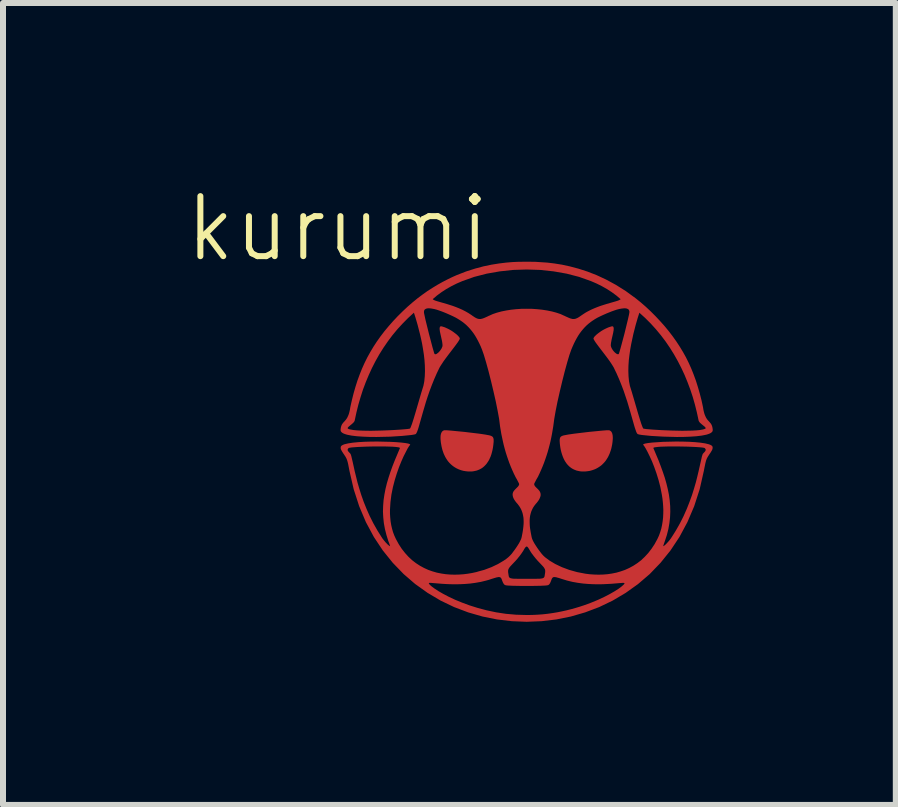
<source format=kicad_pcb>
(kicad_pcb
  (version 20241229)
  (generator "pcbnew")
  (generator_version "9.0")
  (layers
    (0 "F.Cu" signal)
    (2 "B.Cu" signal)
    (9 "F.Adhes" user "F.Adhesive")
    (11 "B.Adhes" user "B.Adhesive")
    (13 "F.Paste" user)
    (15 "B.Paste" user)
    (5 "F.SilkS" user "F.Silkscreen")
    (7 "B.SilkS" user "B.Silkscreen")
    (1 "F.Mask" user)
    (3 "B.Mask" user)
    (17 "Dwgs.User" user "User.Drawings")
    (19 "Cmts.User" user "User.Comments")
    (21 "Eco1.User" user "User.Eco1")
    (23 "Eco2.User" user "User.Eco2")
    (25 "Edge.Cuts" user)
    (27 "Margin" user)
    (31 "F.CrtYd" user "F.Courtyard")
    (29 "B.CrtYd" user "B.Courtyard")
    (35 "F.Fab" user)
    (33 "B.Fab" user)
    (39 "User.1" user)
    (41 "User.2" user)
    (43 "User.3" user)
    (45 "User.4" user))
  (footprint "kurumi"
    (layer "F.Cu")
    (at 2.574 1.26)
    (property "Reference" "kurumi" (at 0 -0.5 0) (unlocked yes) (layer "F.SilkS") (effects (font (size 1 1) (thickness 0.1))))
    (fp_poly (pts (xy 4.532 2.861) (xy 4.541 2.865) (xy 4.549 2.871) (xy 4.556 2.877) (xy 4.563 2.885) (xy 4.568 2.895) (xy 4.573 2.905) (xy 4.577 2.917) (xy 4.58 2.93) (xy 4.583 2.944) (xy 4.584 2.96) (xy 4.585 2.977) (xy 4.585 2.995) (xy 4.584 3.014) (xy 4.582 3.035) (xy 4.58 3.057) (xy 4.575 3.093) (xy 4.568 3.127) (xy 4.561 3.16) (xy 4.552 3.191) (xy 4.542 3.22) (xy 4.532 3.248) (xy 4.52 3.274) (xy 4.508 3.299) (xy 4.495 3.322) (xy 4.481 3.344) (xy 4.467 3.365) (xy 4.452 3.384) (xy 4.436 3.402) (xy 4.42 3.418) (xy 4.404 3.434) (xy 4.387 3.448) (xy 4.369 3.461) (xy 4.351 3.473) (xy 4.333 3.484) (xy 4.315 3.494) (xy 4.297 3.503) (xy 4.278 3.511) (xy 4.241 3.524) (xy 4.205 3.534) (xy 4.168 3.54) (xy 4.133 3.544) (xy 4.099 3.545) (xy 4.073 3.545) (xy 4.049 3.543) (xy 4.025 3.539) (xy 4.002 3.534) (xy 3.98 3.529) (xy 3.96 3.521) (xy 3.94 3.513) (xy 3.922 3.504) (xy 3.904 3.494) (xy 3.888 3.483) (xy 3.872 3.471) (xy 3.857 3.458) (xy 3.843 3.444) (xy 3.83 3.43) (xy 3.817 3.415) (xy 3.806 3.399) (xy 3.795 3.383) (xy 3.785 3.367) (xy 3.767 3.332) (xy 3.752 3.297) (xy 3.739 3.26) (xy 3.728 3.223) (xy 3.719 3.187) (xy 3.712 3.151) (xy 3.707 3.116) (xy 3.704 3.092) (xy 3.702 3.07) (xy 3.701 3.05) (xy 3.7 3.041) (xy 3.7 3.033) (xy 3.7 3.025) (xy 3.7 3.018) (xy 3.701 3.011) (xy 3.702 3.005) (xy 3.703 2.999) (xy 3.704 2.994) (xy 3.705 2.988) (xy 3.707 2.984) (xy 3.709 2.979) (xy 3.712 2.975) (xy 3.714 2.972) (xy 3.717 2.968) (xy 3.721 2.965) (xy 3.724 2.962) (xy 3.728 2.959) (xy 3.733 2.957) (xy 3.737 2.954) (xy 3.742 2.952) (xy 3.748 2.95) (xy 3.754 2.948) (xy 3.766 2.944) (xy 3.781 2.941) (xy 3.845 2.929) (xy 3.942 2.915) (xy 4.058 2.901) (xy 4.183 2.886) (xy 4.409 2.864) (xy 4.485 2.858) (xy 4.522 2.858) (xy 4.522 2.858)) (stroke (width -0.000001) (type solid)) (fill yes) (layer "F.Cu"))
    (fp_poly (pts (xy 1.779 2.858) (xy 1.815 2.858) (xy 1.891 2.864) (xy 2.117 2.886) (xy 2.359 2.915) (xy 2.455 2.929) (xy 2.52 2.941) (xy 2.534 2.944) (xy 2.547 2.948) (xy 2.558 2.952) (xy 2.568 2.957) (xy 2.572 2.959) (xy 2.576 2.962) (xy 2.58 2.965) (xy 2.583 2.968) (xy 2.586 2.972) (xy 2.589 2.975) (xy 2.591 2.979) (xy 2.593 2.984) (xy 2.595 2.988) (xy 2.596 2.994) (xy 2.598 2.999) (xy 2.599 3.005) (xy 2.6 3.018) (xy 2.6 3.033) (xy 2.6 3.05) (xy 2.598 3.07) (xy 2.596 3.092) (xy 2.593 3.116) (xy 2.588 3.151) (xy 2.581 3.187) (xy 2.572 3.223) (xy 2.562 3.26) (xy 2.549 3.297) (xy 2.533 3.332) (xy 2.525 3.35) (xy 2.515 3.367) (xy 2.505 3.383) (xy 2.494 3.399) (xy 2.483 3.415) (xy 2.47 3.43) (xy 2.457 3.444) (xy 2.443 3.458) (xy 2.428 3.471) (xy 2.413 3.483) (xy 2.396 3.494) (xy 2.378 3.504) (xy 2.36 3.513) (xy 2.34 3.521) (xy 2.32 3.529) (xy 2.298 3.534) (xy 2.275 3.539) (xy 2.252 3.543) (xy 2.227 3.545) (xy 2.201 3.545) (xy 2.167 3.544) (xy 2.132 3.54) (xy 2.096 3.534) (xy 2.059 3.524) (xy 2.022 3.511) (xy 1.985 3.494) (xy 1.967 3.484) (xy 1.949 3.473) (xy 1.931 3.461) (xy 1.914 3.448) (xy 1.897 3.434) (xy 1.88 3.418) (xy 1.864 3.402) (xy 1.848 3.384) (xy 1.833 3.365) (xy 1.819 3.344) (xy 1.805 3.322) (xy 1.792 3.299) (xy 1.78 3.274) (xy 1.768 3.248) (xy 1.758 3.22) (xy 1.748 3.191) (xy 1.74 3.16) (xy 1.732 3.127) (xy 1.726 3.093) (xy 1.72 3.057) (xy 1.719 3.046) (xy 1.718 3.035) (xy 1.717 3.024) (xy 1.716 3.014) (xy 1.715 3.004) (xy 1.715 2.995) (xy 1.715 2.986) (xy 1.715 2.977) (xy 1.715 2.968) (xy 1.716 2.96) (xy 1.716 2.952) (xy 1.717 2.944) (xy 1.718 2.937) (xy 1.72 2.93) (xy 1.721 2.923) (xy 1.723 2.917) (xy 1.725 2.911) (xy 1.727 2.905) (xy 1.729 2.9) (xy 1.732 2.895) (xy 1.735 2.89) (xy 1.738 2.885) (xy 1.741 2.881) (xy 1.744 2.877) (xy 1.748 2.874) (xy 1.751 2.871) (xy 1.755 2.868) (xy 1.76 2.865) (xy 1.764 2.863) (xy 1.769 2.861) (xy 1.774 2.859) (xy 1.779 2.858)) (stroke (width -0.000001) (type solid)) (fill yes) (layer "F.Cu"))
    (fp_poly (pts (xy 3.296 0.052) (xy 3.494 0.065) (xy 3.61 0.079) (xy 3.736 0.099) (xy 3.87 0.128) (xy 4.013 0.166) (xy 4.162 0.214) (xy 4.316 0.274) (xy 4.475 0.348) (xy 4.637 0.436) (xy 4.801 0.539) (xy 4.967 0.66) (xy 5.05 0.727) (xy 5.133 0.799) (xy 5.215 0.876) (xy 5.297 0.958) (xy 5.375 1.041) (xy 5.449 1.124) (xy 5.518 1.208) (xy 5.583 1.293) (xy 5.644 1.379) (xy 5.701 1.466) (xy 5.755 1.555) (xy 5.805 1.645) (xy 5.851 1.738) (xy 5.894 1.834) (xy 5.933 1.932) (xy 5.97 2.033) (xy 6.003 2.138) (xy 6.034 2.246) (xy 6.063 2.358) (xy 6.088 2.474) (xy 6.092 2.499) (xy 6.096 2.523) (xy 6.101 2.544) (xy 6.106 2.564) (xy 6.111 2.582) (xy 6.117 2.599) (xy 6.123 2.614) (xy 6.129 2.627) (xy 6.135 2.64) (xy 6.141 2.652) (xy 6.148 2.662) (xy 6.154 2.672) (xy 6.161 2.681) (xy 6.167 2.689) (xy 6.181 2.704) (xy 6.205 2.731) (xy 6.211 2.738) (xy 6.217 2.745) (xy 6.222 2.753) (xy 6.227 2.761) (xy 6.231 2.769) (xy 6.235 2.779) (xy 6.239 2.789) (xy 6.242 2.8) (xy 6.245 2.812) (xy 6.247 2.825) (xy 6.249 2.839) (xy 6.25 2.855) (xy 6.25 2.855) (xy 6.248 2.872) (xy 6.238 2.886) (xy 6.223 2.9) (xy 6.201 2.912) (xy 6.175 2.922) (xy 6.143 2.932) (xy 6.067 2.947) (xy 5.976 2.958) (xy 5.874 2.965) (xy 5.764 2.969) (xy 5.651 2.97) (xy 5.424 2.964) (xy 5.221 2.952) (xy 5.071 2.937) (xy 5.024 2.929) (xy 5 2.922) (xy 4.988 2.909) (xy 4.976 2.885) (xy 4.949 2.806) (xy 4.876 2.549) (xy 4.827 2.383) (xy 4.766 2.201) (xy 4.73 2.106) (xy 4.691 2.009) (xy 4.648 1.911) (xy 4.628 1.87) (xy 4.844 1.87) (xy 4.847 1.957) (xy 4.855 2.04) (xy 4.87 2.118) (xy 4.901 2.218) (xy 4.934 2.33) (xy 5.001 2.56) (xy 5.032 2.663) (xy 5.059 2.748) (xy 5.071 2.781) (xy 5.081 2.806) (xy 5.089 2.823) (xy 5.093 2.828) (xy 5.096 2.831) (xy 5.142 2.838) (xy 5.248 2.847) (xy 5.396 2.856) (xy 5.566 2.863) (xy 5.742 2.867) (xy 5.905 2.864) (xy 5.977 2.86) (xy 6.038 2.854) (xy 6.088 2.845) (xy 6.123 2.834) (xy 6.126 2.832) (xy 6.129 2.829) (xy 6.131 2.827) (xy 6.132 2.824) (xy 6.132 2.821) (xy 6.131 2.818) (xy 6.129 2.814) (xy 6.127 2.811) (xy 6.124 2.807) (xy 6.12 2.803) (xy 6.112 2.795) (xy 6.101 2.787) (xy 6.09 2.777) (xy 6.066 2.758) (xy 6.054 2.747) (xy 6.042 2.737) (xy 6.032 2.726) (xy 6.028 2.72) (xy 6.024 2.715) (xy 6.021 2.709) (xy 6.018 2.704) (xy 6.015 2.698) (xy 6.014 2.692) (xy 5.986 2.562) (xy 5.954 2.433) (xy 5.918 2.306) (xy 5.877 2.182) (xy 5.831 2.059) (xy 5.782 1.939) (xy 5.727 1.821) (xy 5.668 1.706) (xy 5.605 1.594) (xy 5.537 1.485) (xy 5.464 1.378) (xy 5.386 1.275) (xy 5.304 1.176) (xy 5.217 1.08) (xy 5.125 0.988) (xy 5.028 0.9) (xy 5.028 0.9) (xy 5.001 0.984) (xy 4.966 1.105) (xy 4.928 1.253) (xy 4.892 1.421) (xy 4.876 1.509) (xy 4.863 1.6) (xy 4.852 1.69) (xy 4.846 1.781) (xy 4.844 1.87) (xy 4.628 1.87) (xy 4.601 1.813) (xy 4.581 1.78) (xy 4.559 1.745) (xy 4.534 1.708) (xy 4.507 1.671) (xy 4.451 1.596) (xy 4.395 1.523) (xy 4.344 1.456) (xy 4.302 1.399) (xy 4.286 1.375) (xy 4.274 1.355) (xy 4.266 1.34) (xy 4.264 1.334) (xy 4.264 1.329) (xy 4.264 1.325) (xy 4.266 1.32) (xy 4.272 1.31) (xy 4.281 1.297) (xy 4.294 1.284) (xy 4.309 1.269) (xy 4.327 1.254) (xy 4.346 1.239) (xy 4.368 1.223) (xy 4.391 1.207) (xy 4.415 1.192) (xy 4.44 1.178) (xy 4.466 1.165) (xy 4.492 1.153) (xy 4.518 1.142) (xy 4.543 1.134) (xy 4.568 1.127) (xy 4.575 1.126) (xy 4.581 1.127) (xy 4.586 1.128) (xy 4.59 1.131) (xy 4.594 1.135) (xy 4.596 1.141) (xy 4.598 1.147) (xy 4.6 1.154) (xy 4.6 1.171) (xy 4.599 1.191) (xy 4.595 1.213) (xy 4.591 1.237) (xy 4.566 1.345) (xy 4.561 1.372) (xy 4.556 1.398) (xy 4.553 1.422) (xy 4.552 1.444) (xy 4.552 1.45) (xy 4.553 1.456) (xy 4.555 1.462) (xy 4.557 1.469) (xy 4.559 1.475) (xy 4.562 1.482) (xy 4.565 1.489) (xy 4.569 1.496) (xy 4.573 1.503) (xy 4.577 1.51) (xy 4.586 1.524) (xy 4.596 1.537) (xy 4.607 1.549) (xy 4.618 1.561) (xy 4.624 1.566) (xy 4.63 1.571) (xy 4.635 1.575) (xy 4.641 1.579) (xy 4.646 1.583) (xy 4.651 1.586) (xy 4.657 1.588) (xy 4.661 1.59) (xy 4.666 1.591) (xy 4.67 1.592) (xy 4.674 1.592) (xy 4.678 1.591) (xy 4.681 1.589) (xy 4.684 1.587) (xy 4.689 1.577) (xy 4.696 1.554) (xy 4.718 1.478) (xy 4.779 1.25) (xy 4.836 1.016) (xy 4.855 0.932) (xy 4.86 0.904) (xy 4.862 0.888) (xy 4.861 0.874) (xy 4.857 0.862) (xy 4.852 0.852) (xy 4.845 0.844) (xy 4.835 0.838) (xy 4.824 0.833) (xy 4.812 0.829) (xy 4.798 0.827) (xy 4.783 0.826) (xy 4.766 0.827) (xy 4.731 0.831) (xy 4.692 0.838) (xy 4.65 0.849) (xy 4.608 0.863) (xy 4.566 0.878) (xy 4.486 0.91) (xy 4.418 0.94) (xy 4.371 0.962) (xy 4.329 0.983) (xy 4.289 1.006) (xy 4.252 1.03) (xy 4.216 1.055) (xy 4.182 1.082) (xy 4.15 1.11) (xy 4.119 1.141) (xy 4.09 1.173) (xy 4.062 1.207) (xy 4.035 1.243) (xy 4.009 1.282) (xy 3.985 1.323) (xy 3.961 1.367) (xy 3.938 1.413) (xy 3.916 1.462) (xy 3.894 1.514) (xy 3.863 1.602) (xy 3.826 1.726) (xy 3.785 1.875) (xy 3.743 2.041) (xy 3.702 2.213) (xy 3.664 2.381) (xy 3.633 2.536) (xy 3.61 2.667) (xy 3.593 2.794) (xy 3.572 2.919) (xy 3.56 2.981) (xy 3.547 3.042) (xy 3.532 3.103) (xy 3.516 3.164) (xy 3.499 3.224) (xy 3.48 3.284) (xy 3.46 3.343) (xy 3.439 3.402) (xy 3.416 3.46) (xy 3.391 3.519) (xy 3.365 3.577) (xy 3.338 3.634) (xy 3.325 3.656) (xy 3.313 3.676) (xy 3.303 3.696) (xy 3.294 3.713) (xy 3.286 3.728) (xy 3.28 3.74) (xy 3.278 3.745) (xy 3.276 3.749) (xy 3.276 3.752) (xy 3.275 3.754) (xy 3.276 3.761) (xy 3.278 3.769) (xy 3.281 3.776) (xy 3.284 3.783) (xy 3.289 3.79) (xy 3.295 3.797) (xy 3.307 3.81) (xy 3.336 3.838) (xy 3.35 3.853) (xy 3.357 3.861) (xy 3.363 3.869) (xy 3.368 3.877) (xy 3.373 3.887) (xy 3.377 3.896) (xy 3.38 3.906) (xy 3.382 3.917) (xy 3.383 3.929) (xy 3.383 3.941) (xy 3.381 3.953) (xy 3.377 3.967) (xy 3.372 3.981) (xy 3.365 3.997) (xy 3.357 4.013) (xy 3.346 4.03) (xy 3.333 4.048) (xy 3.318 4.067) (xy 3.3 4.087) (xy 3.288 4.103) (xy 3.276 4.118) (xy 3.266 4.134) (xy 3.256 4.149) (xy 3.248 4.165) (xy 3.24 4.181) (xy 3.226 4.214) (xy 3.216 4.248) (xy 3.208 4.281) (xy 3.203 4.316) (xy 3.2 4.351) (xy 3.2 4.386) (xy 3.201 4.421) (xy 3.203 4.457) (xy 3.207 4.493) (xy 3.213 4.529) (xy 3.219 4.566) (xy 3.233 4.638) (xy 3.237 4.653) (xy 3.242 4.669) (xy 3.249 4.685) (xy 3.257 4.703) (xy 3.267 4.721) (xy 3.277 4.74) (xy 3.289 4.759) (xy 3.301 4.778) (xy 3.326 4.816) (xy 3.352 4.853) (xy 3.377 4.886) (xy 3.4 4.916) (xy 3.425 4.944) (xy 3.456 4.973) (xy 3.532 5.03) (xy 3.626 5.086) (xy 3.735 5.138) (xy 3.858 5.184) (xy 3.99 5.221) (xy 4.13 5.248) (xy 4.202 5.257) (xy 4.276 5.262) (xy 4.349 5.264) (xy 4.424 5.262) (xy 4.498 5.256) (xy 4.572 5.245) (xy 4.646 5.23) (xy 4.718 5.209) (xy 4.79 5.184) (xy 4.86 5.152) (xy 4.928 5.115) (xy 4.994 5.072) (xy 5.058 5.023) (xy 5.118 4.966) (xy 5.176 4.903) (xy 5.23 4.833) (xy 5.281 4.756) (xy 5.328 4.67) (xy 5.354 4.614) (xy 5.375 4.556) (xy 5.393 4.496) (xy 5.406 4.435) (xy 5.416 4.373) (xy 5.423 4.311) (xy 5.426 4.247) (xy 5.427 4.184) (xy 5.424 4.12) (xy 5.419 4.056) (xy 5.412 3.993) (xy 5.402 3.93) (xy 5.378 3.806) (xy 5.347 3.687) (xy 5.312 3.574) (xy 5.275 3.469) (xy 5.237 3.373) (xy 5.199 3.29) (xy 5.164 3.219) (xy 5.134 3.163) (xy 5.128 3.153) (xy 5.261 3.153) (xy 5.261 3.155) (xy 5.346 3.357) (xy 5.384 3.456) (xy 5.419 3.553) (xy 5.451 3.648) (xy 5.478 3.743) (xy 5.501 3.837) (xy 5.52 3.931) (xy 5.533 4.025) (xy 5.541 4.119) (xy 5.543 4.214) (xy 5.539 4.309) (xy 5.528 4.406) (xy 5.511 4.504) (xy 5.486 4.603) (xy 5.453 4.704) (xy 5.438 4.747) (xy 5.433 4.762) (xy 5.428 4.776) (xy 5.427 4.781) (xy 5.426 4.785) (xy 5.425 4.788) (xy 5.426 4.788) (xy 5.426 4.789) (xy 5.428 4.788) (xy 5.43 4.788) (xy 5.435 4.785) (xy 5.441 4.781) (xy 5.448 4.776) (xy 5.456 4.769) (xy 5.464 4.762) (xy 5.473 4.753) (xy 5.483 4.743) (xy 5.492 4.733) (xy 5.502 4.722) (xy 5.512 4.711) (xy 5.522 4.699) (xy 5.532 4.687) (xy 5.541 4.675) (xy 5.55 4.664) (xy 5.558 4.652) (xy 5.597 4.591) (xy 5.635 4.53) (xy 5.67 4.469) (xy 5.704 4.408) (xy 5.735 4.347) (xy 5.765 4.287) (xy 5.818 4.167) (xy 5.864 4.05) (xy 5.905 3.937) (xy 5.939 3.828) (xy 5.969 3.725) (xy 5.993 3.63) (xy 6.014 3.542) (xy 6.047 3.396) (xy 6.07 3.294) (xy 6.08 3.263) (xy 6.084 3.253) (xy 6.089 3.246) (xy 6.098 3.237) (xy 6.105 3.229) (xy 6.112 3.222) (xy 6.115 3.219) (xy 6.118 3.215) (xy 6.12 3.212) (xy 6.123 3.209) (xy 6.125 3.206) (xy 6.126 3.204) (xy 6.128 3.201) (xy 6.129 3.198) (xy 6.13 3.196) (xy 6.131 3.193) (xy 6.132 3.191) (xy 6.132 3.188) (xy 6.133 3.186) (xy 6.133 3.184) (xy 6.133 3.181) (xy 6.132 3.179) (xy 6.132 3.177) (xy 6.131 3.175) (xy 6.13 3.172) (xy 6.128 3.17) (xy 6.127 3.168) (xy 6.125 3.165) (xy 6.124 3.163) (xy 6.121 3.16) (xy 6.119 3.158) (xy 6.117 3.155) (xy 6.112 3.153) (xy 6.103 3.15) (xy 6.072 3.145) (xy 6.026 3.141) (xy 5.969 3.137) (xy 5.903 3.134) (xy 5.829 3.131) (xy 5.672 3.128) (xy 5.672 3.128) (xy 5.593 3.128) (xy 5.517 3.128) (xy 5.446 3.13) (xy 5.383 3.132) (xy 5.355 3.134) (xy 5.331 3.136) (xy 5.309 3.139) (xy 5.291 3.141) (xy 5.277 3.144) (xy 5.272 3.146) (xy 5.267 3.148) (xy 5.264 3.149) (xy 5.262 3.151) (xy 5.261 3.153) (xy 5.128 3.153) (xy 5.109 3.123) (xy 5.093 3.102) (xy 5.09 3.096) (xy 5.095 3.091) (xy 5.122 3.08) (xy 5.173 3.071) (xy 5.242 3.063) (xy 5.422 3.051) (xy 5.635 3.046) (xy 5.745 3.047) (xy 5.853 3.05) (xy 5.954 3.056) (xy 6.046 3.065) (xy 6.125 3.077) (xy 6.187 3.092) (xy 6.21 3.101) (xy 6.229 3.111) (xy 6.241 3.122) (xy 6.247 3.133) (xy 6.248 3.139) (xy 6.248 3.145) (xy 6.248 3.151) (xy 6.248 3.156) (xy 6.247 3.162) (xy 6.246 3.168) (xy 6.244 3.174) (xy 6.242 3.181) (xy 6.239 3.188) (xy 6.235 3.195) (xy 6.23 3.203) (xy 6.225 3.212) (xy 6.219 3.222) (xy 6.213 3.232) (xy 6.196 3.256) (xy 6.178 3.284) (xy 6.17 3.296) (xy 6.163 3.308) (xy 6.157 3.32) (xy 6.151 3.331) (xy 6.146 3.344) (xy 6.141 3.357) (xy 6.137 3.371) (xy 6.133 3.387) (xy 6.128 3.405) (xy 6.124 3.425) (xy 6.114 3.473) (xy 6.102 3.535) (xy 6.033 3.839) (xy 5.941 4.124) (xy 5.828 4.389) (xy 5.696 4.635) (xy 5.546 4.861) (xy 5.38 5.067) (xy 5.2 5.254) (xy 5.005 5.421) (xy 4.799 5.568) (xy 4.583 5.696) (xy 4.358 5.804) (xy 4.125 5.892) (xy 3.887 5.961) (xy 3.644 6.01) (xy 3.398 6.039) (xy 3.15 6.049) (xy 2.903 6.039) (xy 2.657 6.01) (xy 2.414 5.961) (xy 2.175 5.892) (xy 1.942 5.804) (xy 1.717 5.696) (xy 1.501 5.568) (xy 1.295 5.421) (xy 1.278 5.407) (xy 1.52 5.407) (xy 1.522 5.413) (xy 1.537 5.433) (xy 1.57 5.462) (xy 1.619 5.498) (xy 1.682 5.539) (xy 1.76 5.584) (xy 1.852 5.632) (xy 1.956 5.681) (xy 2.073 5.729) (xy 2.2 5.776) (xy 2.337 5.819) (xy 2.484 5.858) (xy 2.64 5.891) (xy 2.803 5.916) (xy 2.974 5.931) (xy 3.15 5.936) (xy 3.239 5.935) (xy 3.327 5.931) (xy 3.413 5.925) (xy 3.497 5.916) (xy 3.58 5.904) (xy 3.66 5.891) (xy 3.739 5.875) (xy 3.816 5.858) (xy 3.891 5.839) (xy 3.963 5.819) (xy 4.033 5.798) (xy 4.1 5.776) (xy 4.165 5.753) (xy 4.228 5.729) (xy 4.344 5.681) (xy 4.448 5.632) (xy 4.54 5.584) (xy 4.618 5.539) (xy 4.682 5.498) (xy 4.73 5.462) (xy 4.763 5.433) (xy 4.773 5.422) (xy 4.779 5.413) (xy 4.78 5.407) (xy 4.777 5.403) (xy 4.765 5.401) (xy 4.743 5.401) (xy 4.668 5.407) (xy 4.559 5.416) (xy 4.422 5.423) (xy 4.346 5.424) (xy 4.265 5.423) (xy 4.18 5.419) (xy 4.093 5.412) (xy 4.004 5.4) (xy 3.913 5.384) (xy 3.823 5.362) (xy 3.732 5.334) (xy 3.708 5.326) (xy 3.686 5.319) (xy 3.666 5.314) (xy 3.649 5.309) (xy 3.642 5.307) (xy 3.635 5.306) (xy 3.628 5.305) (xy 3.622 5.304) (xy 3.616 5.304) (xy 3.611 5.304) (xy 3.606 5.304) (xy 3.602 5.304) (xy 3.598 5.305) (xy 3.594 5.307) (xy 3.59 5.308) (xy 3.587 5.31) (xy 3.584 5.313) (xy 3.581 5.315) (xy 3.578 5.319) (xy 3.576 5.322) (xy 3.573 5.326) (xy 3.571 5.33) (xy 3.568 5.335) (xy 3.566 5.34) (xy 3.562 5.352) (xy 3.557 5.365) (xy 3.554 5.373) (xy 3.551 5.38) (xy 3.548 5.387) (xy 3.545 5.394) (xy 3.542 5.4) (xy 3.539 5.406) (xy 3.536 5.411) (xy 3.533 5.416) (xy 3.531 5.418) (xy 3.529 5.421) (xy 3.528 5.423) (xy 3.526 5.425) (xy 3.524 5.426) (xy 3.522 5.428) (xy 3.521 5.43) (xy 3.519 5.431) (xy 3.517 5.433) (xy 3.515 5.434) (xy 3.513 5.435) (xy 3.511 5.436) (xy 3.51 5.437) (xy 3.508 5.438) (xy 3.506 5.439) (xy 3.504 5.439) (xy 3.49 5.442) (xy 3.464 5.445) (xy 3.383 5.449) (xy 3.274 5.451) (xy 3.15 5.452) (xy 3.027 5.451) (xy 2.918 5.449) (xy 2.836 5.445) (xy 2.81 5.442) (xy 2.797 5.439) (xy 2.793 5.438) (xy 2.789 5.436) (xy 2.785 5.434) (xy 2.781 5.431) (xy 2.778 5.428) (xy 2.774 5.425) (xy 2.771 5.421) (xy 2.768 5.416) (xy 2.764 5.411) (xy 2.761 5.406) (xy 2.758 5.4) (xy 2.755 5.394) (xy 2.752 5.387) (xy 2.749 5.38) (xy 2.746 5.373) (xy 2.743 5.365) (xy 2.74 5.357) (xy 2.737 5.349) (xy 2.735 5.342) (xy 2.732 5.335) (xy 2.729 5.329) (xy 2.727 5.327) (xy 2.726 5.324) (xy 2.724 5.322) (xy 2.723 5.32) (xy 2.721 5.318) (xy 2.719 5.316) (xy 2.717 5.314) (xy 2.716 5.312) (xy 2.714 5.311) (xy 2.712 5.309) (xy 2.71 5.308) (xy 2.707 5.307) (xy 2.705 5.306) (xy 2.703 5.306) (xy 2.7 5.305) (xy 2.697 5.305) (xy 2.695 5.304) (xy 2.692 5.304) (xy 2.689 5.304) (xy 2.685 5.304) (xy 2.682 5.304) (xy 2.678 5.304) (xy 2.678 5.304) (xy 2.669 5.306) (xy 2.659 5.308) (xy 2.647 5.31) (xy 2.634 5.314) (xy 2.62 5.318) (xy 2.604 5.323) (xy 2.568 5.334) (xy 2.523 5.349) (xy 2.477 5.362) (xy 2.432 5.373) (xy 2.387 5.384) (xy 2.341 5.392) (xy 2.296 5.4) (xy 2.207 5.412) (xy 2.12 5.419) (xy 2.035 5.423) (xy 1.954 5.424) (xy 1.878 5.423) (xy 1.807 5.42) (xy 1.741 5.416) (xy 1.632 5.407) (xy 1.558 5.401) (xy 1.535 5.401) (xy 1.528 5.401) (xy 1.523 5.403) (xy 1.52 5.407) (xy 1.278 5.407) (xy 1.101 5.254) (xy 0.92 5.067) (xy 0.754 4.861) (xy 0.604 4.635) (xy 0.472 4.389) (xy 0.36 4.124) (xy 0.268 3.839) (xy 0.198 3.535) (xy 0.186 3.473) (xy 0.181 3.447) (xy 0.177 3.425) (xy 0.172 3.405) (xy 0.168 3.387) (xy 0.163 3.371) (xy 0.159 3.357) (xy 0.154 3.344) (xy 0.149 3.331) (xy 0.143 3.32) (xy 0.137 3.308) (xy 0.13 3.296) (xy 0.122 3.284) (xy 0.104 3.256) (xy 0.095 3.244) (xy 0.088 3.232) (xy 0.081 3.222) (xy 0.075 3.212) (xy 0.07 3.203) (xy 0.065 3.195) (xy 0.062 3.188) (xy 0.06 3.184) (xy 0.167 3.184) (xy 0.167 3.186) (xy 0.168 3.188) (xy 0.168 3.191) (xy 0.169 3.193) (xy 0.17 3.196) (xy 0.171 3.198) (xy 0.172 3.201) (xy 0.174 3.204) (xy 0.176 3.206) (xy 0.178 3.209) (xy 0.182 3.215) (xy 0.188 3.222) (xy 0.195 3.229) (xy 0.203 3.237) (xy 0.211 3.246) (xy 0.221 3.263) (xy 0.23 3.294) (xy 0.254 3.396) (xy 0.286 3.542) (xy 0.331 3.725) (xy 0.361 3.828) (xy 0.395 3.937) (xy 0.435 4.05) (xy 0.482 4.167) (xy 0.535 4.287) (xy 0.596 4.408) (xy 0.665 4.53) (xy 0.742 4.652) (xy 0.75 4.664) (xy 0.759 4.675) (xy 0.768 4.687) (xy 0.778 4.699) (xy 0.788 4.711) (xy 0.797 4.722) (xy 0.807 4.733) (xy 0.817 4.743) (xy 0.826 4.753) (xy 0.835 4.762) (xy 0.844 4.769) (xy 0.852 4.776) (xy 0.859 4.781) (xy 0.865 4.785) (xy 0.868 4.787) (xy 0.87 4.788) (xy 0.872 4.788) (xy 0.874 4.789) (xy 0.874 4.788) (xy 0.874 4.788) (xy 0.874 4.785) (xy 0.873 4.781) (xy 0.871 4.776) (xy 0.867 4.762) (xy 0.862 4.747) (xy 0.846 4.705) (xy 0.814 4.603) (xy 0.789 4.504) (xy 0.771 4.406) (xy 0.761 4.309) (xy 0.756 4.214) (xy 0.759 4.119) (xy 0.766 4.025) (xy 0.78 3.931) (xy 0.798 3.837) (xy 0.821 3.743) (xy 0.849 3.648) (xy 0.88 3.553) (xy 0.915 3.456) (xy 0.954 3.357) (xy 1.039 3.155) (xy 1.039 3.153) (xy 1.038 3.151) (xy 1.032 3.148) (xy 1.023 3.144) (xy 1.008 3.141) (xy 0.969 3.136) (xy 0.917 3.132) (xy 0.854 3.13) (xy 0.784 3.128) (xy 0.707 3.128) (xy 0.628 3.128) (xy 0.628 3.128) (xy 0.549 3.129) (xy 0.471 3.131) (xy 0.397 3.134) (xy 0.331 3.137) (xy 0.274 3.141) (xy 0.229 3.145) (xy 0.211 3.148) (xy 0.198 3.15) (xy 0.188 3.153) (xy 0.185 3.154) (xy 0.183 3.155) (xy 0.179 3.16) (xy 0.175 3.165) (xy 0.173 3.168) (xy 0.172 3.17) (xy 0.171 3.172) (xy 0.17 3.175) (xy 0.169 3.177) (xy 0.168 3.179) (xy 0.168 3.181) (xy 0.167 3.184) (xy 0.06 3.184) (xy 0.058 3.181) (xy 0.057 3.177) (xy 0.056 3.174) (xy 0.055 3.171) (xy 0.054 3.168) (xy 0.053 3.165) (xy 0.053 3.162) (xy 0.052 3.159) (xy 0.052 3.156) (xy 0.052 3.153) (xy 0.052 3.151) (xy 0.052 3.148) (xy 0.052 3.145) (xy 0.053 3.139) (xy 0.054 3.133) (xy 0.059 3.122) (xy 0.072 3.111) (xy 0.09 3.101) (xy 0.113 3.092) (xy 0.176 3.077) (xy 0.254 3.065) (xy 0.346 3.056) (xy 0.448 3.05) (xy 0.555 3.047) (xy 0.665 3.046) (xy 0.878 3.051) (xy 0.974 3.056) (xy 1.059 3.063) (xy 1.128 3.071) (xy 1.178 3.08) (xy 1.206 3.091) (xy 1.21 3.096) (xy 1.208 3.102) (xy 1.191 3.123) (xy 1.166 3.163) (xy 1.101 3.29) (xy 1.064 3.373) (xy 1.025 3.469) (xy 0.988 3.574) (xy 0.953 3.687) (xy 0.922 3.806) (xy 0.897 3.93) (xy 0.881 4.056) (xy 0.873 4.184) (xy 0.873 4.247) (xy 0.877 4.311) (xy 0.883 4.373) (xy 0.893 4.435) (xy 0.907 4.496) (xy 0.924 4.556) (xy 0.946 4.614) (xy 0.972 4.67) (xy 1.019 4.756) (xy 1.069 4.833) (xy 1.124 4.903) (xy 1.181 4.966) (xy 1.242 5.023) (xy 1.306 5.072) (xy 1.372 5.115) (xy 1.44 5.152) (xy 1.51 5.184) (xy 1.581 5.209) (xy 1.654 5.23) (xy 1.728 5.245) (xy 1.802 5.256) (xy 1.876 5.262) (xy 1.951 5.264) (xy 2.024 5.262) (xy 2.098 5.257) (xy 2.17 5.248) (xy 2.241 5.236) (xy 2.31 5.221) (xy 2.358 5.207) (xy 2.841 5.207) (xy 2.841 5.212) (xy 2.841 5.218) (xy 2.842 5.229) (xy 2.844 5.241) (xy 2.849 5.273) (xy 2.851 5.286) (xy 2.854 5.297) (xy 2.859 5.306) (xy 2.862 5.31) (xy 2.865 5.314) (xy 2.869 5.317) (xy 2.874 5.319) (xy 2.885 5.324) (xy 2.901 5.327) (xy 2.92 5.33) (xy 2.944 5.332) (xy 2.972 5.332) (xy 3.048 5.333) (xy 3.15 5.333) (xy 3.252 5.333) (xy 3.293 5.333) (xy 3.328 5.332) (xy 3.357 5.332) (xy 3.369 5.331) (xy 3.38 5.33) (xy 3.391 5.329) (xy 3.4 5.327) (xy 3.408 5.326) (xy 3.415 5.324) (xy 3.421 5.322) (xy 3.426 5.319) (xy 3.431 5.317) (xy 3.435 5.314) (xy 3.439 5.31) (xy 3.441 5.306) (xy 3.444 5.302) (xy 3.446 5.297) (xy 3.448 5.292) (xy 3.449 5.286) (xy 3.45 5.28) (xy 3.451 5.273) (xy 3.456 5.241) (xy 3.458 5.229) (xy 3.459 5.218) (xy 3.459 5.207) (xy 3.459 5.198) (xy 3.458 5.189) (xy 3.457 5.184) (xy 3.456 5.179) (xy 3.454 5.175) (xy 3.452 5.17) (xy 3.45 5.166) (xy 3.447 5.161) (xy 3.441 5.15) (xy 3.433 5.139) (xy 3.423 5.127) (xy 3.411 5.114) (xy 3.397 5.099) (xy 3.381 5.082) (xy 3.342 5.041) (xy 3.333 5.032) (xy 3.324 5.021) (xy 3.305 5) (xy 3.287 4.977) (xy 3.268 4.954) (xy 3.251 4.931) (xy 3.234 4.909) (xy 3.22 4.888) (xy 3.209 4.87) (xy 3.209 4.87) (xy 3.19 4.838) (xy 3.182 4.825) (xy 3.175 4.814) (xy 3.171 4.81) (xy 3.168 4.806) (xy 3.165 4.803) (xy 3.162 4.8) (xy 3.159 4.798) (xy 3.156 4.796) (xy 3.153 4.796) (xy 3.15 4.795) (xy 3.147 4.795) (xy 3.145 4.796) (xy 3.142 4.798) (xy 3.139 4.8) (xy 3.136 4.802) (xy 3.132 4.805) (xy 3.129 4.809) (xy 3.126 4.814) (xy 3.118 4.824) (xy 3.11 4.837) (xy 3.101 4.853) (xy 3.091 4.87) (xy 3.079 4.888) (xy 3.065 4.909) (xy 3.049 4.931) (xy 3.032 4.954) (xy 3.013 4.977) (xy 2.995 5) (xy 2.976 5.021) (xy 2.967 5.032) (xy 2.958 5.041) (xy 2.919 5.082) (xy 2.903 5.099) (xy 2.889 5.114) (xy 2.877 5.127) (xy 2.872 5.133) (xy 2.867 5.139) (xy 2.863 5.145) (xy 2.859 5.15) (xy 2.856 5.156) (xy 2.853 5.161) (xy 2.85 5.165) (xy 2.848 5.17) (xy 2.846 5.175) (xy 2.845 5.179) (xy 2.843 5.184) (xy 2.842 5.189) (xy 2.842 5.193) (xy 2.841 5.198) (xy 2.841 5.202) (xy 2.841 5.207) (xy 2.358 5.207) (xy 2.443 5.184) (xy 2.565 5.138) (xy 2.674 5.086) (xy 2.768 5.03) (xy 2.809 5.002) (xy 2.845 4.973) (xy 2.875 4.944) (xy 2.901 4.916) (xy 2.923 4.886) (xy 2.948 4.853) (xy 2.974 4.816) (xy 2.999 4.778) (xy 3.011 4.759) (xy 3.023 4.74) (xy 3.033 4.721) (xy 3.042 4.703) (xy 3.051 4.685) (xy 3.058 4.669) (xy 3.063 4.653) (xy 3.067 4.638) (xy 3.081 4.566) (xy 3.087 4.529) (xy 3.092 4.493) (xy 3.096 4.457) (xy 3.099 4.421) (xy 3.1 4.386) (xy 3.099 4.351) (xy 3.097 4.316) (xy 3.091 4.281) (xy 3.084 4.248) (xy 3.079 4.231) (xy 3.073 4.214) (xy 3.067 4.198) (xy 3.06 4.181) (xy 3.052 4.165) (xy 3.043 4.149) (xy 3.034 4.134) (xy 3.023 4.118) (xy 3.012 4.103) (xy 3 4.087) (xy 2.982 4.067) (xy 2.967 4.048) (xy 2.954 4.03) (xy 2.943 4.013) (xy 2.934 3.997) (xy 2.927 3.981) (xy 2.922 3.967) (xy 2.919 3.953) (xy 2.917 3.941) (xy 2.916 3.929) (xy 2.917 3.917) (xy 2.919 3.906) (xy 2.922 3.896) (xy 2.926 3.887) (xy 2.931 3.877) (xy 2.937 3.869) (xy 2.943 3.861) (xy 2.95 3.853) (xy 2.964 3.838) (xy 2.992 3.81) (xy 3.005 3.797) (xy 3.01 3.79) (xy 3.015 3.783) (xy 3.019 3.776) (xy 3.022 3.769) (xy 3.024 3.761) (xy 3.025 3.754) (xy 3.024 3.752) (xy 3.023 3.749) (xy 3.02 3.741) (xy 3.014 3.728) (xy 3.006 3.713) (xy 2.997 3.696) (xy 2.987 3.676) (xy 2.975 3.656) (xy 2.963 3.634) (xy 2.935 3.577) (xy 2.909 3.519) (xy 2.884 3.46) (xy 2.861 3.402) (xy 2.84 3.343) (xy 2.82 3.284) (xy 2.801 3.224) (xy 2.784 3.164) (xy 2.768 3.103) (xy 2.754 3.042) (xy 2.728 2.919) (xy 2.707 2.794) (xy 2.691 2.667) (xy 2.667 2.536) (xy 2.636 2.381) (xy 2.598 2.213) (xy 2.557 2.041) (xy 2.515 1.875) (xy 2.474 1.726) (xy 2.437 1.602) (xy 2.406 1.514) (xy 2.385 1.462) (xy 2.362 1.413) (xy 2.339 1.367) (xy 2.315 1.323) (xy 2.291 1.282) (xy 2.265 1.243) (xy 2.238 1.207) (xy 2.21 1.173) (xy 2.181 1.141) (xy 2.15 1.11) (xy 2.118 1.082) (xy 2.084 1.055) (xy 2.048 1.03) (xy 2.01 1.006) (xy 1.971 0.983) (xy 1.929 0.962) (xy 1.882 0.94) (xy 1.814 0.91) (xy 1.775 0.894) (xy 1.734 0.878) (xy 1.692 0.863) (xy 1.65 0.849) (xy 1.608 0.838) (xy 1.569 0.831) (xy 1.551 0.828) (xy 1.534 0.827) (xy 1.517 0.826) (xy 1.502 0.827) (xy 1.488 0.829) (xy 1.476 0.833) (xy 1.465 0.838) (xy 1.456 0.844) (xy 1.448 0.852) (xy 1.443 0.862) (xy 1.44 0.874) (xy 1.439 0.888) (xy 1.44 0.904) (xy 1.446 0.932) (xy 1.464 1.016) (xy 1.522 1.25) (xy 1.582 1.478) (xy 1.604 1.554) (xy 1.611 1.577) (xy 1.616 1.587) (xy 1.619 1.589) (xy 1.622 1.591) (xy 1.626 1.592) (xy 1.63 1.592) (xy 1.634 1.591) (xy 1.639 1.59) (xy 1.644 1.588) (xy 1.649 1.586) (xy 1.654 1.583) (xy 1.659 1.579) (xy 1.67 1.571) (xy 1.682 1.561) (xy 1.693 1.549) (xy 1.704 1.537) (xy 1.714 1.523) (xy 1.723 1.51) (xy 1.732 1.496) (xy 1.738 1.482) (xy 1.741 1.475) (xy 1.744 1.469) (xy 1.746 1.462) (xy 1.747 1.456) (xy 1.748 1.45) (xy 1.748 1.444) (xy 1.748 1.433) (xy 1.747 1.422) (xy 1.744 1.398) (xy 1.74 1.372) (xy 1.734 1.345) (xy 1.71 1.237) (xy 1.705 1.213) (xy 1.702 1.191) (xy 1.7 1.171) (xy 1.7 1.162) (xy 1.701 1.154) (xy 1.702 1.147) (xy 1.704 1.141) (xy 1.706 1.135) (xy 1.71 1.131) (xy 1.714 1.128) (xy 1.719 1.127) (xy 1.725 1.126) (xy 1.733 1.127) (xy 1.745 1.13) (xy 1.757 1.134) (xy 1.77 1.138) (xy 1.783 1.142) (xy 1.795 1.147) (xy 1.808 1.153) (xy 1.834 1.165) (xy 1.86 1.178) (xy 1.885 1.192) (xy 1.909 1.207) (xy 1.932 1.223) (xy 1.953 1.239) (xy 1.973 1.254) (xy 1.991 1.269) (xy 2.006 1.284) (xy 2.012 1.291) (xy 2.018 1.297) (xy 2.023 1.304) (xy 2.028 1.31) (xy 2.031 1.315) (xy 2.034 1.32) (xy 2.035 1.325) (xy 2.036 1.329) (xy 2.035 1.334) (xy 2.034 1.34) (xy 2.026 1.355) (xy 2.014 1.375) (xy 1.998 1.399) (xy 1.956 1.456) (xy 1.905 1.523) (xy 1.849 1.596) (xy 1.793 1.671) (xy 1.766 1.708) (xy 1.742 1.745) (xy 1.719 1.78) (xy 1.699 1.813) (xy 1.652 1.911) (xy 1.609 2.009) (xy 1.57 2.106) (xy 1.534 2.201) (xy 1.502 2.294) (xy 1.473 2.383) (xy 1.424 2.549) (xy 1.351 2.806) (xy 1.337 2.85) (xy 1.324 2.885) (xy 1.312 2.909) (xy 1.306 2.917) (xy 1.301 2.922) (xy 1.277 2.929) (xy 1.229 2.937) (xy 1.079 2.952) (xy 0.876 2.965) (xy 0.65 2.97) (xy 0.536 2.969) (xy 0.426 2.965) (xy 0.324 2.958) (xy 0.233 2.947) (xy 0.157 2.932) (xy 0.125 2.922) (xy 0.099 2.912) (xy 0.078 2.9) (xy 0.062 2.886) (xy 0.053 2.872) (xy 0.05 2.855) (xy 0.05 2.855) (xy 0.051 2.839) (xy 0.053 2.825) (xy 0.053 2.824) (xy 0.169 2.824) (xy 0.169 2.827) (xy 0.171 2.829) (xy 0.174 2.832) (xy 0.178 2.834) (xy 0.193 2.84) (xy 0.213 2.845) (xy 0.262 2.854) (xy 0.323 2.86) (xy 0.395 2.864) (xy 0.474 2.866) (xy 0.558 2.867) (xy 0.734 2.863) (xy 0.905 2.856) (xy 1.052 2.847) (xy 1.158 2.838) (xy 1.204 2.831) (xy 1.211 2.823) (xy 1.219 2.806) (xy 1.241 2.748) (xy 1.268 2.663) (xy 1.299 2.56) (xy 1.366 2.33) (xy 1.399 2.218) (xy 1.43 2.118) (xy 1.438 2.079) (xy 1.445 2.04) (xy 1.453 1.956) (xy 1.456 1.87) (xy 1.454 1.781) (xy 1.448 1.69) (xy 1.438 1.6) (xy 1.424 1.509) (xy 1.409 1.421) (xy 1.391 1.335) (xy 1.372 1.253) (xy 1.334 1.105) (xy 1.299 0.984) (xy 1.272 0.9) (xy 1.272 0.899) (xy 1.175 0.988) (xy 1.084 1.08) (xy 0.996 1.176) (xy 0.914 1.275) (xy 0.837 1.378) (xy 0.764 1.484) (xy 0.695 1.594) (xy 0.632 1.706) (xy 0.573 1.821) (xy 0.519 1.939) (xy 0.469 2.059) (xy 0.423 2.181) (xy 0.383 2.306) (xy 0.346 2.433) (xy 0.314 2.562) (xy 0.286 2.692) (xy 0.285 2.698) (xy 0.283 2.703) (xy 0.28 2.709) (xy 0.276 2.715) (xy 0.272 2.72) (xy 0.268 2.726) (xy 0.263 2.731) (xy 0.258 2.737) (xy 0.246 2.747) (xy 0.234 2.758) (xy 0.21 2.777) (xy 0.199 2.787) (xy 0.188 2.795) (xy 0.18 2.803) (xy 0.176 2.807) (xy 0.173 2.811) (xy 0.171 2.814) (xy 0.169 2.818) (xy 0.169 2.821) (xy 0.169 2.824) (xy 0.053 2.824) (xy 0.055 2.812) (xy 0.058 2.8) (xy 0.061 2.789) (xy 0.065 2.779) (xy 0.069 2.769) (xy 0.073 2.761) (xy 0.084 2.745) (xy 0.095 2.731) (xy 0.12 2.704) (xy 0.133 2.689) (xy 0.146 2.672) (xy 0.159 2.652) (xy 0.165 2.64) (xy 0.171 2.627) (xy 0.177 2.614) (xy 0.183 2.599) (xy 0.189 2.582) (xy 0.194 2.564) (xy 0.199 2.544) (xy 0.204 2.523) (xy 0.208 2.499) (xy 0.212 2.474) (xy 0.238 2.358) (xy 0.266 2.246) (xy 0.297 2.138) (xy 0.33 2.033) (xy 0.367 1.932) (xy 0.406 1.834) (xy 0.449 1.738) (xy 0.495 1.645) (xy 0.545 1.555) (xy 0.598 1.466) (xy 0.655 1.379) (xy 0.716 1.293) (xy 0.781 1.208) (xy 0.851 1.124) (xy 0.924 1.041) (xy 1.002 0.958) (xy 1.085 0.876) (xy 1.167 0.799) (xy 1.25 0.727) (xy 1.315 0.674) (xy 1.585 0.674) (xy 1.596 0.683) (xy 1.613 0.692) (xy 1.636 0.701) (xy 1.665 0.71) (xy 1.825 0.756) (xy 1.922 0.787) (xy 1.973 0.806) (xy 2.025 0.827) (xy 2.077 0.85) (xy 2.128 0.876) (xy 2.179 0.905) (xy 2.228 0.937) (xy 2.25 0.953) (xy 2.27 0.966) (xy 2.288 0.978) (xy 2.305 0.987) (xy 2.312 0.991) (xy 2.32 0.994) (xy 2.328 0.997) (xy 2.335 1) (xy 2.342 1.002) (xy 2.35 1.003) (xy 2.357 1.004) (xy 2.364 1.005) (xy 2.372 1.005) (xy 2.379 1.004) (xy 2.387 1.004) (xy 2.395 1.002) (xy 2.403 1) (xy 2.412 0.998) (xy 2.43 0.992) (xy 2.45 0.984) (xy 2.472 0.974) (xy 2.497 0.963) (xy 2.525 0.949) (xy 2.525 0.95) (xy 2.587 0.922) (xy 2.655 0.899) (xy 2.729 0.879) (xy 2.808 0.863) (xy 2.89 0.85) (xy 2.975 0.841) (xy 3.062 0.835) (xy 3.15 0.834) (xy 3.238 0.835) (xy 3.325 0.841) (xy 3.41 0.85) (xy 3.493 0.863) (xy 3.571 0.879) (xy 3.645 0.899) (xy 3.714 0.922) (xy 3.775 0.95) (xy 3.775 0.949) (xy 3.803 0.963) (xy 3.828 0.974) (xy 3.85 0.984) (xy 3.87 0.992) (xy 3.879 0.995) (xy 3.888 0.998) (xy 3.897 1) (xy 3.905 1.002) (xy 3.913 1.004) (xy 3.921 1.004) (xy 3.928 1.005) (xy 3.936 1.005) (xy 3.943 1.004) (xy 3.95 1.003) (xy 3.958 1.002) (xy 3.965 1) (xy 3.972 0.997) (xy 3.98 0.994) (xy 3.988 0.991) (xy 3.996 0.987) (xy 4.004 0.983) (xy 4.012 0.978) (xy 4.031 0.966) (xy 4.05 0.953) (xy 4.073 0.937) (xy 4.097 0.921) (xy 4.121 0.905) (xy 4.146 0.89) (xy 4.172 0.876) (xy 4.223 0.85) (xy 4.275 0.827) (xy 4.327 0.806) (xy 4.378 0.787) (xy 4.428 0.771) (xy 4.476 0.756) (xy 4.635 0.71) (xy 4.664 0.701) (xy 4.687 0.692) (xy 4.704 0.683) (xy 4.711 0.679) (xy 4.715 0.674) (xy 4.645 0.614) (xy 4.569 0.558) (xy 4.489 0.506) (xy 4.404 0.458) (xy 4.314 0.413) (xy 4.221 0.373) (xy 4.024 0.303) (xy 3.816 0.249) (xy 3.599 0.211) (xy 3.376 0.187) (xy 3.15 0.18) (xy 2.924 0.187) (xy 2.702 0.211) (xy 2.485 0.249) (xy 2.276 0.303) (xy 2.079 0.373) (xy 1.986 0.413) (xy 1.896 0.458) (xy 1.811 0.506) (xy 1.731 0.558) (xy 1.655 0.614) (xy 1.585 0.674) (xy 1.315 0.674) (xy 1.333 0.659) (xy 1.416 0.597) (xy 1.499 0.538) (xy 1.582 0.485) (xy 1.664 0.435) (xy 1.746 0.389) (xy 1.827 0.347) (xy 1.907 0.308) (xy 1.986 0.273) (xy 2.14 0.213) (xy 2.29 0.165) (xy 2.432 0.127) (xy 2.567 0.099) (xy 2.693 0.079) (xy 2.808 0.065) (xy 2.913 0.056) (xy 3.006 0.052) (xy 3.15 0.05)) (stroke (width -0.000001) (type solid)) (fill yes) (layer "F.Cu"))
    (fp_poly (pts (xy 3.15 0) (xy 3.15 0) (xy 3.15 0)) (stroke (width -0.000001) (type solid)) (fill yes) (layer "F.Mask"))
    (fp_poly (pts (xy 4.532 2.861) (xy 4.541 2.865) (xy 4.549 2.871) (xy 4.556 2.877) (xy 4.563 2.885) (xy 4.568 2.895) (xy 4.573 2.905) (xy 4.577 2.917) (xy 4.58 2.93) (xy 4.583 2.944) (xy 4.584 2.96) (xy 4.585 2.977) (xy 4.585 2.995) (xy 4.584 3.014) (xy 4.582 3.035) (xy 4.58 3.057) (xy 4.575 3.093) (xy 4.568 3.127) (xy 4.561 3.16) (xy 4.552 3.191) (xy 4.542 3.22) (xy 4.532 3.248) (xy 4.52 3.274) (xy 4.508 3.299) (xy 4.495 3.322) (xy 4.481 3.344) (xy 4.467 3.365) (xy 4.452 3.384) (xy 4.436 3.402) (xy 4.42 3.418) (xy 4.404 3.434) (xy 4.387 3.448) (xy 4.369 3.461) (xy 4.351 3.473) (xy 4.333 3.484) (xy 4.315 3.494) (xy 4.297 3.503) (xy 4.278 3.511) (xy 4.241 3.524) (xy 4.205 3.534) (xy 4.168 3.54) (xy 4.133 3.544) (xy 4.099 3.545) (xy 4.073 3.545) (xy 4.049 3.543) (xy 4.025 3.539) (xy 4.002 3.534) (xy 3.98 3.529) (xy 3.96 3.521) (xy 3.94 3.513) (xy 3.922 3.504) (xy 3.904 3.494) (xy 3.888 3.483) (xy 3.872 3.471) (xy 3.857 3.458) (xy 3.843 3.444) (xy 3.83 3.43) (xy 3.817 3.415) (xy 3.806 3.399) (xy 3.795 3.383) (xy 3.785 3.367) (xy 3.767 3.332) (xy 3.752 3.297) (xy 3.739 3.26) (xy 3.728 3.223) (xy 3.719 3.187) (xy 3.712 3.151) (xy 3.707 3.116) (xy 3.704 3.092) (xy 3.702 3.07) (xy 3.701 3.05) (xy 3.7 3.041) (xy 3.7 3.033) (xy 3.7 3.025) (xy 3.7 3.018) (xy 3.701 3.011) (xy 3.702 3.005) (xy 3.703 2.999) (xy 3.704 2.994) (xy 3.705 2.988) (xy 3.707 2.984) (xy 3.709 2.979) (xy 3.712 2.975) (xy 3.714 2.972) (xy 3.717 2.968) (xy 3.721 2.965) (xy 3.724 2.962) (xy 3.728 2.959) (xy 3.733 2.957) (xy 3.737 2.954) (xy 3.742 2.952) (xy 3.748 2.95) (xy 3.754 2.948) (xy 3.766 2.944) (xy 3.781 2.941) (xy 3.845 2.929) (xy 3.942 2.915) (xy 4.058 2.901) (xy 4.183 2.886) (xy 4.409 2.864) (xy 4.485 2.858) (xy 4.522 2.858) (xy 4.522 2.858)) (stroke (width 0.1) (type solid)) (fill yes) (layer "F.Mask"))
    (fp_poly (pts (xy 1.779 2.858) (xy 1.815 2.858) (xy 1.891 2.864) (xy 2.117 2.886) (xy 2.359 2.915) (xy 2.455 2.929) (xy 2.52 2.941) (xy 2.534 2.944) (xy 2.547 2.948) (xy 2.558 2.952) (xy 2.568 2.957) (xy 2.572 2.959) (xy 2.576 2.962) (xy 2.58 2.965) (xy 2.583 2.968) (xy 2.586 2.972) (xy 2.589 2.975) (xy 2.591 2.979) (xy 2.593 2.984) (xy 2.595 2.988) (xy 2.596 2.994) (xy 2.598 2.999) (xy 2.599 3.005) (xy 2.6 3.018) (xy 2.6 3.033) (xy 2.6 3.05) (xy 2.598 3.07) (xy 2.596 3.092) (xy 2.593 3.116) (xy 2.588 3.151) (xy 2.581 3.187) (xy 2.572 3.223) (xy 2.562 3.26) (xy 2.549 3.297) (xy 2.533 3.332) (xy 2.525 3.35) (xy 2.515 3.367) (xy 2.505 3.383) (xy 2.494 3.399) (xy 2.483 3.415) (xy 2.47 3.43) (xy 2.457 3.444) (xy 2.443 3.458) (xy 2.428 3.471) (xy 2.413 3.483) (xy 2.396 3.494) (xy 2.378 3.504) (xy 2.36 3.513) (xy 2.34 3.521) (xy 2.32 3.529) (xy 2.298 3.534) (xy 2.275 3.539) (xy 2.252 3.543) (xy 2.227 3.545) (xy 2.201 3.545) (xy 2.167 3.544) (xy 2.132 3.54) (xy 2.096 3.534) (xy 2.059 3.524) (xy 2.022 3.511) (xy 1.985 3.494) (xy 1.967 3.484) (xy 1.949 3.473) (xy 1.931 3.461) (xy 1.914 3.448) (xy 1.897 3.434) (xy 1.88 3.418) (xy 1.864 3.402) (xy 1.848 3.384) (xy 1.833 3.365) (xy 1.819 3.344) (xy 1.805 3.322) (xy 1.792 3.299) (xy 1.78 3.274) (xy 1.768 3.248) (xy 1.758 3.22) (xy 1.748 3.191) (xy 1.74 3.16) (xy 1.732 3.127) (xy 1.726 3.093) (xy 1.72 3.057) (xy 1.719 3.046) (xy 1.718 3.035) (xy 1.717 3.024) (xy 1.716 3.014) (xy 1.715 3.004) (xy 1.715 2.995) (xy 1.715 2.986) (xy 1.715 2.977) (xy 1.715 2.968) (xy 1.716 2.96) (xy 1.716 2.952) (xy 1.717 2.944) (xy 1.718 2.937) (xy 1.72 2.93) (xy 1.721 2.923) (xy 1.723 2.917) (xy 1.725 2.911) (xy 1.727 2.905) (xy 1.729 2.9) (xy 1.732 2.895) (xy 1.735 2.89) (xy 1.738 2.885) (xy 1.741 2.881) (xy 1.744 2.877) (xy 1.748 2.874) (xy 1.751 2.871) (xy 1.755 2.868) (xy 1.76 2.865) (xy 1.764 2.863) (xy 1.769 2.861) (xy 1.774 2.859) (xy 1.779 2.858)) (stroke (width 0.1) (type solid)) (fill yes) (layer "F.Mask"))
    (fp_poly (pts (xy 3.296 0.052) (xy 3.494 0.065) (xy 3.61 0.079) (xy 3.736 0.099) (xy 3.87 0.128) (xy 4.013 0.166) (xy 4.162 0.214) (xy 4.316 0.274) (xy 4.475 0.348) (xy 4.637 0.436) (xy 4.801 0.539) (xy 4.967 0.66) (xy 5.05 0.727) (xy 5.133 0.799) (xy 5.215 0.876) (xy 5.297 0.958) (xy 5.375 1.041) (xy 5.449 1.124) (xy 5.518 1.208) (xy 5.583 1.293) (xy 5.644 1.379) (xy 5.701 1.466) (xy 5.755 1.555) (xy 5.805 1.645) (xy 5.851 1.738) (xy 5.894 1.834) (xy 5.933 1.932) (xy 5.97 2.033) (xy 6.003 2.138) (xy 6.034 2.246) (xy 6.063 2.358) (xy 6.088 2.474) (xy 6.092 2.499) (xy 6.096 2.523) (xy 6.101 2.544) (xy 6.106 2.564) (xy 6.111 2.582) (xy 6.117 2.599) (xy 6.123 2.614) (xy 6.129 2.627) (xy 6.135 2.64) (xy 6.141 2.652) (xy 6.148 2.662) (xy 6.154 2.672) (xy 6.161 2.681) (xy 6.167 2.689) (xy 6.181 2.704) (xy 6.205 2.731) (xy 6.211 2.738) (xy 6.217 2.745) (xy 6.222 2.753) (xy 6.227 2.761) (xy 6.231 2.769) (xy 6.235 2.779) (xy 6.239 2.789) (xy 6.242 2.8) (xy 6.245 2.812) (xy 6.247 2.825) (xy 6.249 2.839) (xy 6.25 2.855) (xy 6.25 2.855) (xy 6.248 2.872) (xy 6.238 2.886) (xy 6.223 2.9) (xy 6.201 2.912) (xy 6.175 2.922) (xy 6.143 2.932) (xy 6.067 2.947) (xy 5.976 2.958) (xy 5.874 2.965) (xy 5.764 2.969) (xy 5.651 2.97) (xy 5.424 2.964) (xy 5.221 2.952) (xy 5.071 2.937) (xy 5.024 2.929) (xy 5 2.922) (xy 4.988 2.909) (xy 4.976 2.885) (xy 4.949 2.806) (xy 4.876 2.549) (xy 4.827 2.383) (xy 4.766 2.201) (xy 4.73 2.106) (xy 4.691 2.009) (xy 4.648 1.911) (xy 4.628 1.87) (xy 4.844 1.87) (xy 4.847 1.957) (xy 4.855 2.04) (xy 4.87 2.118) (xy 4.901 2.218) (xy 4.934 2.33) (xy 5.001 2.56) (xy 5.032 2.663) (xy 5.059 2.748) (xy 5.071 2.781) (xy 5.081 2.806) (xy 5.089 2.823) (xy 5.093 2.828) (xy 5.096 2.831) (xy 5.142 2.838) (xy 5.248 2.847) (xy 5.396 2.856) (xy 5.566 2.863) (xy 5.742 2.867) (xy 5.905 2.864) (xy 5.977 2.86) (xy 6.038 2.854) (xy 6.088 2.845) (xy 6.123 2.834) (xy 6.126 2.832) (xy 6.129 2.829) (xy 6.131 2.827) (xy 6.132 2.824) (xy 6.132 2.821) (xy 6.131 2.818) (xy 6.129 2.814) (xy 6.127 2.811) (xy 6.124 2.807) (xy 6.12 2.803) (xy 6.112 2.795) (xy 6.101 2.787) (xy 6.09 2.777) (xy 6.066 2.758) (xy 6.054 2.747) (xy 6.042 2.737) (xy 6.032 2.726) (xy 6.028 2.72) (xy 6.024 2.715) (xy 6.021 2.709) (xy 6.018 2.704) (xy 6.015 2.698) (xy 6.014 2.692) (xy 5.986 2.562) (xy 5.954 2.433) (xy 5.918 2.306) (xy 5.877 2.182) (xy 5.831 2.059) (xy 5.782 1.939) (xy 5.727 1.821) (xy 5.668 1.706) (xy 5.605 1.594) (xy 5.537 1.485) (xy 5.464 1.378) (xy 5.386 1.275) (xy 5.304 1.176) (xy 5.217 1.08) (xy 5.125 0.988) (xy 5.028 0.9) (xy 5.028 0.9) (xy 5.001 0.984) (xy 4.966 1.105) (xy 4.928 1.253) (xy 4.892 1.421) (xy 4.876 1.509) (xy 4.863 1.6) (xy 4.852 1.69) (xy 4.846 1.781) (xy 4.844 1.87) (xy 4.628 1.87) (xy 4.601 1.813) (xy 4.581 1.78) (xy 4.559 1.745) (xy 4.534 1.708) (xy 4.507 1.671) (xy 4.451 1.596) (xy 4.395 1.523) (xy 4.344 1.456) (xy 4.302 1.399) (xy 4.286 1.375) (xy 4.274 1.355) (xy 4.266 1.34) (xy 4.264 1.334) (xy 4.264 1.329) (xy 4.264 1.325) (xy 4.266 1.32) (xy 4.272 1.31) (xy 4.281 1.297) (xy 4.294 1.284) (xy 4.309 1.269) (xy 4.327 1.254) (xy 4.346 1.239) (xy 4.368 1.223) (xy 4.391 1.207) (xy 4.415 1.192) (xy 4.44 1.178) (xy 4.466 1.165) (xy 4.492 1.153) (xy 4.518 1.142) (xy 4.543 1.134) (xy 4.568 1.127) (xy 4.575 1.126) (xy 4.581 1.127) (xy 4.586 1.128) (xy 4.59 1.131) (xy 4.594 1.135) (xy 4.596 1.141) (xy 4.598 1.147) (xy 4.6 1.154) (xy 4.6 1.171) (xy 4.599 1.191) (xy 4.595 1.213) (xy 4.591 1.237) (xy 4.566 1.345) (xy 4.561 1.372) (xy 4.556 1.398) (xy 4.553 1.422) (xy 4.552 1.444) (xy 4.552 1.45) (xy 4.553 1.456) (xy 4.555 1.462) (xy 4.557 1.469) (xy 4.559 1.475) (xy 4.562 1.482) (xy 4.565 1.489) (xy 4.569 1.496) (xy 4.573 1.503) (xy 4.577 1.51) (xy 4.586 1.524) (xy 4.596 1.537) (xy 4.607 1.549) (xy 4.618 1.561) (xy 4.624 1.566) (xy 4.63 1.571) (xy 4.635 1.575) (xy 4.641 1.579) (xy 4.646 1.583) (xy 4.651 1.586) (xy 4.657 1.588) (xy 4.661 1.59) (xy 4.666 1.591) (xy 4.67 1.592) (xy 4.674 1.592) (xy 4.678 1.591) (xy 4.681 1.589) (xy 4.684 1.587) (xy 4.689 1.577) (xy 4.696 1.554) (xy 4.718 1.478) (xy 4.779 1.25) (xy 4.836 1.016) (xy 4.855 0.932) (xy 4.86 0.904) (xy 4.862 0.888) (xy 4.861 0.874) (xy 4.857 0.862) (xy 4.852 0.852) (xy 4.845 0.844) (xy 4.835 0.838) (xy 4.824 0.833) (xy 4.812 0.829) (xy 4.798 0.827) (xy 4.783 0.826) (xy 4.766 0.827) (xy 4.731 0.831) (xy 4.692 0.838) (xy 4.65 0.849) (xy 4.608 0.863) (xy 4.566 0.878) (xy 4.486 0.91) (xy 4.418 0.94) (xy 4.371 0.962) (xy 4.329 0.983) (xy 4.289 1.006) (xy 4.252 1.03) (xy 4.216 1.055) (xy 4.182 1.082) (xy 4.15 1.11) (xy 4.119 1.141) (xy 4.09 1.173) (xy 4.062 1.207) (xy 4.035 1.243) (xy 4.009 1.282) (xy 3.985 1.323) (xy 3.961 1.367) (xy 3.938 1.413) (xy 3.916 1.462) (xy 3.894 1.514) (xy 3.863 1.602) (xy 3.826 1.726) (xy 3.785 1.875) (xy 3.743 2.041) (xy 3.702 2.213) (xy 3.664 2.381) (xy 3.633 2.536) (xy 3.61 2.667) (xy 3.593 2.794) (xy 3.572 2.919) (xy 3.56 2.981) (xy 3.547 3.042) (xy 3.532 3.103) (xy 3.516 3.164) (xy 3.499 3.224) (xy 3.48 3.284) (xy 3.46 3.343) (xy 3.439 3.402) (xy 3.416 3.46) (xy 3.391 3.519) (xy 3.365 3.577) (xy 3.338 3.634) (xy 3.325 3.656) (xy 3.313 3.676) (xy 3.303 3.696) (xy 3.294 3.713) (xy 3.286 3.728) (xy 3.28 3.74) (xy 3.278 3.745) (xy 3.276 3.749) (xy 3.276 3.752) (xy 3.275 3.754) (xy 3.276 3.761) (xy 3.278 3.769) (xy 3.281 3.776) (xy 3.284 3.783) (xy 3.289 3.79) (xy 3.295 3.797) (xy 3.307 3.81) (xy 3.336 3.838) (xy 3.35 3.853) (xy 3.357 3.861) (xy 3.363 3.869) (xy 3.368 3.877) (xy 3.373 3.887) (xy 3.377 3.896) (xy 3.38 3.906) (xy 3.382 3.917) (xy 3.383 3.929) (xy 3.383 3.941) (xy 3.381 3.953) (xy 3.377 3.967) (xy 3.372 3.981) (xy 3.365 3.997) (xy 3.357 4.013) (xy 3.346 4.03) (xy 3.333 4.048) (xy 3.318 4.067) (xy 3.3 4.087) (xy 3.288 4.103) (xy 3.276 4.118) (xy 3.266 4.134) (xy 3.256 4.149) (xy 3.248 4.165) (xy 3.24 4.181) (xy 3.226 4.214) (xy 3.216 4.248) (xy 3.208 4.281) (xy 3.203 4.316) (xy 3.2 4.351) (xy 3.2 4.386) (xy 3.201 4.421) (xy 3.203 4.457) (xy 3.207 4.493) (xy 3.213 4.529) (xy 3.219 4.566) (xy 3.233 4.638) (xy 3.237 4.653) (xy 3.242 4.669) (xy 3.249 4.685) (xy 3.257 4.703) (xy 3.267 4.721) (xy 3.277 4.74) (xy 3.289 4.759) (xy 3.301 4.778) (xy 3.326 4.816) (xy 3.352 4.853) (xy 3.377 4.886) (xy 3.4 4.916) (xy 3.425 4.944) (xy 3.456 4.973) (xy 3.532 5.03) (xy 3.626 5.086) (xy 3.735 5.138) (xy 3.858 5.184) (xy 3.99 5.221) (xy 4.13 5.248) (xy 4.202 5.257) (xy 4.276 5.262) (xy 4.349 5.264) (xy 4.424 5.262) (xy 4.498 5.256) (xy 4.572 5.245) (xy 4.646 5.23) (xy 4.718 5.209) (xy 4.79 5.184) (xy 4.86 5.152) (xy 4.928 5.115) (xy 4.994 5.072) (xy 5.058 5.023) (xy 5.118 4.966) (xy 5.176 4.903) (xy 5.23 4.833) (xy 5.281 4.756) (xy 5.328 4.67) (xy 5.354 4.614) (xy 5.375 4.556) (xy 5.393 4.496) (xy 5.406 4.435) (xy 5.416 4.373) (xy 5.423 4.311) (xy 5.426 4.247) (xy 5.427 4.184) (xy 5.424 4.12) (xy 5.419 4.056) (xy 5.412 3.993) (xy 5.402 3.93) (xy 5.378 3.806) (xy 5.347 3.687) (xy 5.312 3.574) (xy 5.275 3.469) (xy 5.237 3.373) (xy 5.199 3.29) (xy 5.164 3.219) (xy 5.134 3.163) (xy 5.128 3.153) (xy 5.261 3.153) (xy 5.261 3.155) (xy 5.346 3.357) (xy 5.384 3.456) (xy 5.419 3.553) (xy 5.451 3.648) (xy 5.478 3.743) (xy 5.501 3.837) (xy 5.52 3.931) (xy 5.533 4.025) (xy 5.541 4.119) (xy 5.543 4.214) (xy 5.539 4.309) (xy 5.528 4.406) (xy 5.511 4.504) (xy 5.486 4.603) (xy 5.453 4.704) (xy 5.438 4.747) (xy 5.433 4.762) (xy 5.428 4.776) (xy 5.427 4.781) (xy 5.426 4.785) (xy 5.425 4.788) (xy 5.426 4.788) (xy 5.426 4.789) (xy 5.428 4.788) (xy 5.43 4.788) (xy 5.435 4.785) (xy 5.441 4.781) (xy 5.448 4.776) (xy 5.456 4.769) (xy 5.464 4.762) (xy 5.473 4.753) (xy 5.483 4.743) (xy 5.492 4.733) (xy 5.502 4.722) (xy 5.512 4.711) (xy 5.522 4.699) (xy 5.532 4.687) (xy 5.541 4.675) (xy 5.55 4.664) (xy 5.558 4.652) (xy 5.597 4.591) (xy 5.635 4.53) (xy 5.67 4.469) (xy 5.704 4.408) (xy 5.735 4.347) (xy 5.765 4.287) (xy 5.818 4.167) (xy 5.864 4.05) (xy 5.905 3.937) (xy 5.939 3.828) (xy 5.969 3.725) (xy 5.993 3.63) (xy 6.014 3.542) (xy 6.047 3.396) (xy 6.07 3.294) (xy 6.08 3.263) (xy 6.084 3.253) (xy 6.089 3.246) (xy 6.098 3.237) (xy 6.105 3.229) (xy 6.112 3.222) (xy 6.115 3.219) (xy 6.118 3.215) (xy 6.12 3.212) (xy 6.123 3.209) (xy 6.125 3.206) (xy 6.126 3.204) (xy 6.128 3.201) (xy 6.129 3.198) (xy 6.13 3.196) (xy 6.131 3.193) (xy 6.132 3.191) (xy 6.132 3.188) (xy 6.133 3.186) (xy 6.133 3.184) (xy 6.133 3.181) (xy 6.132 3.179) (xy 6.132 3.177) (xy 6.131 3.175) (xy 6.13 3.172) (xy 6.128 3.17) (xy 6.127 3.168) (xy 6.125 3.165) (xy 6.124 3.163) (xy 6.121 3.16) (xy 6.119 3.158) (xy 6.117 3.155) (xy 6.112 3.153) (xy 6.103 3.15) (xy 6.072 3.145) (xy 6.026 3.141) (xy 5.969 3.137) (xy 5.903 3.134) (xy 5.829 3.131) (xy 5.672 3.128) (xy 5.672 3.128) (xy 5.593 3.128) (xy 5.517 3.128) (xy 5.446 3.13) (xy 5.383 3.132) (xy 5.355 3.134) (xy 5.331 3.136) (xy 5.309 3.139) (xy 5.291 3.141) (xy 5.277 3.144) (xy 5.272 3.146) (xy 5.267 3.148) (xy 5.264 3.149) (xy 5.262 3.151) (xy 5.261 3.153) (xy 5.128 3.153) (xy 5.109 3.123) (xy 5.093 3.102) (xy 5.09 3.096) (xy 5.095 3.091) (xy 5.122 3.08) (xy 5.173 3.071) (xy 5.242 3.063) (xy 5.422 3.051) (xy 5.635 3.046) (xy 5.745 3.047) (xy 5.853 3.05) (xy 5.954 3.056) (xy 6.046 3.065) (xy 6.125 3.077) (xy 6.187 3.092) (xy 6.21 3.101) (xy 6.229 3.111) (xy 6.241 3.122) (xy 6.247 3.133) (xy 6.248 3.139) (xy 6.248 3.145) (xy 6.248 3.151) (xy 6.248 3.156) (xy 6.247 3.162) (xy 6.246 3.168) (xy 6.244 3.174) (xy 6.242 3.181) (xy 6.239 3.188) (xy 6.235 3.195) (xy 6.23 3.203) (xy 6.225 3.212) (xy 6.219 3.222) (xy 6.213 3.232) (xy 6.196 3.256) (xy 6.178 3.284) (xy 6.17 3.296) (xy 6.163 3.308) (xy 6.157 3.32) (xy 6.151 3.331) (xy 6.146 3.344) (xy 6.141 3.357) (xy 6.137 3.371) (xy 6.133 3.387) (xy 6.128 3.405) (xy 6.124 3.425) (xy 6.114 3.473) (xy 6.102 3.535) (xy 6.033 3.839) (xy 5.941 4.124) (xy 5.828 4.389) (xy 5.696 4.635) (xy 5.546 4.861) (xy 5.38 5.067) (xy 5.2 5.254) (xy 5.005 5.421) (xy 4.799 5.568) (xy 4.583 5.696) (xy 4.358 5.804) (xy 4.125 5.892) (xy 3.887 5.961) (xy 3.644 6.01) (xy 3.398 6.039) (xy 3.15 6.049) (xy 2.903 6.039) (xy 2.657 6.01) (xy 2.414 5.961) (xy 2.175 5.892) (xy 1.942 5.804) (xy 1.717 5.696) (xy 1.501 5.568) (xy 1.295 5.421) (xy 1.278 5.407) (xy 1.52 5.407) (xy 1.522 5.413) (xy 1.537 5.433) (xy 1.57 5.462) (xy 1.619 5.498) (xy 1.682 5.539) (xy 1.76 5.584) (xy 1.852 5.632) (xy 1.956 5.681) (xy 2.073 5.729) (xy 2.2 5.776) (xy 2.337 5.819) (xy 2.484 5.858) (xy 2.64 5.891) (xy 2.803 5.916) (xy 2.974 5.931) (xy 3.15 5.936) (xy 3.239 5.935) (xy 3.327 5.931) (xy 3.413 5.925) (xy 3.497 5.916) (xy 3.58 5.904) (xy 3.66 5.891) (xy 3.739 5.875) (xy 3.816 5.858) (xy 3.891 5.839) (xy 3.963 5.819) (xy 4.033 5.798) (xy 4.1 5.776) (xy 4.165 5.753) (xy 4.228 5.729) (xy 4.344 5.681) (xy 4.448 5.632) (xy 4.54 5.584) (xy 4.618 5.539) (xy 4.682 5.498) (xy 4.73 5.462) (xy 4.763 5.433) (xy 4.773 5.422) (xy 4.779 5.413) (xy 4.78 5.407) (xy 4.777 5.403) (xy 4.765 5.401) (xy 4.743 5.401) (xy 4.668 5.407) (xy 4.559 5.416) (xy 4.422 5.423) (xy 4.346 5.424) (xy 4.265 5.423) (xy 4.18 5.419) (xy 4.093 5.412) (xy 4.004 5.4) (xy 3.913 5.384) (xy 3.823 5.362) (xy 3.732 5.334) (xy 3.708 5.326) (xy 3.686 5.319) (xy 3.666 5.314) (xy 3.649 5.309) (xy 3.642 5.307) (xy 3.635 5.306) (xy 3.628 5.305) (xy 3.622 5.304) (xy 3.616 5.304) (xy 3.611 5.304) (xy 3.606 5.304) (xy 3.602 5.304) (xy 3.598 5.305) (xy 3.594 5.307) (xy 3.59 5.308) (xy 3.587 5.31) (xy 3.584 5.313) (xy 3.581 5.315) (xy 3.578 5.319) (xy 3.576 5.322) (xy 3.573 5.326) (xy 3.571 5.33) (xy 3.568 5.335) (xy 3.566 5.34) (xy 3.562 5.352) (xy 3.557 5.365) (xy 3.554 5.373) (xy 3.551 5.38) (xy 3.548 5.387) (xy 3.545 5.394) (xy 3.542 5.4) (xy 3.539 5.406) (xy 3.536 5.411) (xy 3.533 5.416) (xy 3.531 5.418) (xy 3.529 5.421) (xy 3.528 5.423) (xy 3.526 5.425) (xy 3.524 5.426) (xy 3.522 5.428) (xy 3.521 5.43) (xy 3.519 5.431) (xy 3.517 5.433) (xy 3.515 5.434) (xy 3.513 5.435) (xy 3.511 5.436) (xy 3.51 5.437) (xy 3.508 5.438) (xy 3.506 5.439) (xy 3.504 5.439) (xy 3.49 5.442) (xy 3.464 5.445) (xy 3.383 5.449) (xy 3.274 5.451) (xy 3.15 5.452) (xy 3.027 5.451) (xy 2.918 5.449) (xy 2.836 5.445) (xy 2.81 5.442) (xy 2.797 5.439) (xy 2.793 5.438) (xy 2.789 5.436) (xy 2.785 5.434) (xy 2.781 5.431) (xy 2.778 5.428) (xy 2.774 5.425) (xy 2.771 5.421) (xy 2.768 5.416) (xy 2.764 5.411) (xy 2.761 5.406) (xy 2.758 5.4) (xy 2.755 5.394) (xy 2.752 5.387) (xy 2.749 5.38) (xy 2.746 5.373) (xy 2.743 5.365) (xy 2.74 5.357) (xy 2.737 5.349) (xy 2.735 5.342) (xy 2.732 5.335) (xy 2.729 5.329) (xy 2.727 5.327) (xy 2.726 5.324) (xy 2.724 5.322) (xy 2.723 5.32) (xy 2.721 5.318) (xy 2.719 5.316) (xy 2.717 5.314) (xy 2.716 5.312) (xy 2.714 5.311) (xy 2.712 5.309) (xy 2.71 5.308) (xy 2.707 5.307) (xy 2.705 5.306) (xy 2.703 5.306) (xy 2.7 5.305) (xy 2.697 5.305) (xy 2.695 5.304) (xy 2.692 5.304) (xy 2.689 5.304) (xy 2.685 5.304) (xy 2.682 5.304) (xy 2.678 5.304) (xy 2.678 5.304) (xy 2.669 5.306) (xy 2.659 5.308) (xy 2.647 5.31) (xy 2.634 5.314) (xy 2.62 5.318) (xy 2.604 5.323) (xy 2.568 5.334) (xy 2.523 5.349) (xy 2.477 5.362) (xy 2.432 5.373) (xy 2.387 5.384) (xy 2.341 5.392) (xy 2.296 5.4) (xy 2.207 5.412) (xy 2.12 5.419) (xy 2.035 5.423) (xy 1.954 5.424) (xy 1.878 5.423) (xy 1.807 5.42) (xy 1.741 5.416) (xy 1.632 5.407) (xy 1.558 5.401) (xy 1.535 5.401) (xy 1.528 5.401) (xy 1.523 5.403) (xy 1.52 5.407) (xy 1.278 5.407) (xy 1.101 5.254) (xy 0.92 5.067) (xy 0.754 4.861) (xy 0.604 4.635) (xy 0.472 4.389) (xy 0.36 4.124) (xy 0.268 3.839) (xy 0.198 3.535) (xy 0.186 3.473) (xy 0.181 3.447) (xy 0.177 3.425) (xy 0.172 3.405) (xy 0.168 3.387) (xy 0.163 3.371) (xy 0.159 3.357) (xy 0.154 3.344) (xy 0.149 3.331) (xy 0.143 3.32) (xy 0.137 3.308) (xy 0.13 3.296) (xy 0.122 3.284) (xy 0.104 3.256) (xy 0.095 3.244) (xy 0.088 3.232) (xy 0.081 3.222) (xy 0.075 3.212) (xy 0.07 3.203) (xy 0.065 3.195) (xy 0.062 3.188) (xy 0.06 3.184) (xy 0.167 3.184) (xy 0.167 3.186) (xy 0.168 3.188) (xy 0.168 3.191) (xy 0.169 3.193) (xy 0.17 3.196) (xy 0.171 3.198) (xy 0.172 3.201) (xy 0.174 3.204) (xy 0.176 3.206) (xy 0.178 3.209) (xy 0.182 3.215) (xy 0.188 3.222) (xy 0.195 3.229) (xy 0.203 3.237) (xy 0.211 3.246) (xy 0.221 3.263) (xy 0.23 3.294) (xy 0.254 3.396) (xy 0.286 3.542) (xy 0.331 3.725) (xy 0.361 3.828) (xy 0.395 3.937) (xy 0.435 4.05) (xy 0.482 4.167) (xy 0.535 4.287) (xy 0.596 4.408) (xy 0.665 4.53) (xy 0.742 4.652) (xy 0.75 4.664) (xy 0.759 4.675) (xy 0.768 4.687) (xy 0.778 4.699) (xy 0.788 4.711) (xy 0.797 4.722) (xy 0.807 4.733) (xy 0.817 4.743) (xy 0.826 4.753) (xy 0.835 4.762) (xy 0.844 4.769) (xy 0.852 4.776) (xy 0.859 4.781) (xy 0.865 4.785) (xy 0.868 4.787) (xy 0.87 4.788) (xy 0.872 4.788) (xy 0.874 4.789) (xy 0.874 4.788) (xy 0.874 4.788) (xy 0.874 4.785) (xy 0.873 4.781) (xy 0.871 4.776) (xy 0.867 4.762) (xy 0.862 4.747) (xy 0.846 4.705) (xy 0.814 4.603) (xy 0.789 4.504) (xy 0.771 4.406) (xy 0.761 4.309) (xy 0.756 4.214) (xy 0.759 4.119) (xy 0.766 4.025) (xy 0.78 3.931) (xy 0.798 3.837) (xy 0.821 3.743) (xy 0.849 3.648) (xy 0.88 3.553) (xy 0.915 3.456) (xy 0.954 3.357) (xy 1.039 3.155) (xy 1.039 3.153) (xy 1.038 3.151) (xy 1.032 3.148) (xy 1.023 3.144) (xy 1.008 3.141) (xy 0.969 3.136) (xy 0.917 3.132) (xy 0.854 3.13) (xy 0.784 3.128) (xy 0.707 3.128) (xy 0.628 3.128) (xy 0.628 3.128) (xy 0.549 3.129) (xy 0.471 3.131) (xy 0.397 3.134) (xy 0.331 3.137) (xy 0.274 3.141) (xy 0.229 3.145) (xy 0.211 3.148) (xy 0.198 3.15) (xy 0.188 3.153) (xy 0.185 3.154) (xy 0.183 3.155) (xy 0.179 3.16) (xy 0.175 3.165) (xy 0.173 3.168) (xy 0.172 3.17) (xy 0.171 3.172) (xy 0.17 3.175) (xy 0.169 3.177) (xy 0.168 3.179) (xy 0.168 3.181) (xy 0.167 3.184) (xy 0.06 3.184) (xy 0.058 3.181) (xy 0.057 3.177) (xy 0.056 3.174) (xy 0.055 3.171) (xy 0.054 3.168) (xy 0.053 3.165) (xy 0.053 3.162) (xy 0.052 3.159) (xy 0.052 3.156) (xy 0.052 3.153) (xy 0.052 3.151) (xy 0.052 3.148) (xy 0.052 3.145) (xy 0.053 3.139) (xy 0.054 3.133) (xy 0.059 3.122) (xy 0.072 3.111) (xy 0.09 3.101) (xy 0.113 3.092) (xy 0.176 3.077) (xy 0.254 3.065) (xy 0.346 3.056) (xy 0.448 3.05) (xy 0.555 3.047) (xy 0.665 3.046) (xy 0.878 3.051) (xy 0.974 3.056) (xy 1.059 3.063) (xy 1.128 3.071) (xy 1.178 3.08) (xy 1.206 3.091) (xy 1.21 3.096) (xy 1.208 3.102) (xy 1.191 3.123) (xy 1.166 3.163) (xy 1.101 3.29) (xy 1.064 3.373) (xy 1.025 3.469) (xy 0.988 3.574) (xy 0.953 3.687) (xy 0.922 3.806) (xy 0.897 3.93) (xy 0.881 4.056) (xy 0.873 4.184) (xy 0.873 4.247) (xy 0.877 4.311) (xy 0.883 4.373) (xy 0.893 4.435) (xy 0.907 4.496) (xy 0.924 4.556) (xy 0.946 4.614) (xy 0.972 4.67) (xy 1.019 4.756) (xy 1.069 4.833) (xy 1.124 4.903) (xy 1.181 4.966) (xy 1.242 5.023) (xy 1.306 5.072) (xy 1.372 5.115) (xy 1.44 5.152) (xy 1.51 5.184) (xy 1.581 5.209) (xy 1.654 5.23) (xy 1.728 5.245) (xy 1.802 5.256) (xy 1.876 5.262) (xy 1.951 5.264) (xy 2.024 5.262) (xy 2.098 5.257) (xy 2.17 5.248) (xy 2.241 5.236) (xy 2.31 5.221) (xy 2.358 5.207) (xy 2.841 5.207) (xy 2.841 5.212) (xy 2.841 5.218) (xy 2.842 5.229) (xy 2.844 5.241) (xy 2.849 5.273) (xy 2.851 5.286) (xy 2.854 5.297) (xy 2.859 5.306) (xy 2.862 5.31) (xy 2.865 5.314) (xy 2.869 5.317) (xy 2.874 5.319) (xy 2.885 5.324) (xy 2.901 5.327) (xy 2.92 5.33) (xy 2.944 5.332) (xy 2.972 5.332) (xy 3.048 5.333) (xy 3.15 5.333) (xy 3.252 5.333) (xy 3.293 5.333) (xy 3.328 5.332) (xy 3.357 5.332) (xy 3.369 5.331) (xy 3.38 5.33) (xy 3.391 5.329) (xy 3.4 5.327) (xy 3.408 5.326) (xy 3.415 5.324) (xy 3.421 5.322) (xy 3.426 5.319) (xy 3.431 5.317) (xy 3.435 5.314) (xy 3.439 5.31) (xy 3.441 5.306) (xy 3.444 5.302) (xy 3.446 5.297) (xy 3.448 5.292) (xy 3.449 5.286) (xy 3.45 5.28) (xy 3.451 5.273) (xy 3.456 5.241) (xy 3.458 5.229) (xy 3.459 5.218) (xy 3.459 5.207) (xy 3.459 5.198) (xy 3.458 5.189) (xy 3.457 5.184) (xy 3.456 5.179) (xy 3.454 5.175) (xy 3.452 5.17) (xy 3.45 5.166) (xy 3.447 5.161) (xy 3.441 5.15) (xy 3.433 5.139) (xy 3.423 5.127) (xy 3.411 5.114) (xy 3.397 5.099) (xy 3.381 5.082) (xy 3.342 5.041) (xy 3.333 5.032) (xy 3.324 5.021) (xy 3.305 5) (xy 3.287 4.977) (xy 3.268 4.954) (xy 3.251 4.931) (xy 3.234 4.909) (xy 3.22 4.888) (xy 3.209 4.87) (xy 3.209 4.87) (xy 3.19 4.838) (xy 3.182 4.825) (xy 3.175 4.814) (xy 3.171 4.81) (xy 3.168 4.806) (xy 3.165 4.803) (xy 3.162 4.8) (xy 3.159 4.798) (xy 3.156 4.796) (xy 3.153 4.796) (xy 3.15 4.795) (xy 3.147 4.795) (xy 3.145 4.796) (xy 3.142 4.798) (xy 3.139 4.8) (xy 3.136 4.802) (xy 3.132 4.805) (xy 3.129 4.809) (xy 3.126 4.814) (xy 3.118 4.824) (xy 3.11 4.837) (xy 3.101 4.853) (xy 3.091 4.87) (xy 3.079 4.888) (xy 3.065 4.909) (xy 3.049 4.931) (xy 3.032 4.954) (xy 3.013 4.977) (xy 2.995 5) (xy 2.976 5.021) (xy 2.967 5.032) (xy 2.958 5.041) (xy 2.919 5.082) (xy 2.903 5.099) (xy 2.889 5.114) (xy 2.877 5.127) (xy 2.872 5.133) (xy 2.867 5.139) (xy 2.863 5.145) (xy 2.859 5.15) (xy 2.856 5.156) (xy 2.853 5.161) (xy 2.85 5.165) (xy 2.848 5.17) (xy 2.846 5.175) (xy 2.845 5.179) (xy 2.843 5.184) (xy 2.842 5.189) (xy 2.842 5.193) (xy 2.841 5.198) (xy 2.841 5.202) (xy 2.841 5.207) (xy 2.358 5.207) (xy 2.443 5.184) (xy 2.565 5.138) (xy 2.674 5.086) (xy 2.768 5.03) (xy 2.809 5.002) (xy 2.845 4.973) (xy 2.875 4.944) (xy 2.901 4.916) (xy 2.923 4.886) (xy 2.948 4.853) (xy 2.974 4.816) (xy 2.999 4.778) (xy 3.011 4.759) (xy 3.023 4.74) (xy 3.033 4.721) (xy 3.042 4.703) (xy 3.051 4.685) (xy 3.058 4.669) (xy 3.063 4.653) (xy 3.067 4.638) (xy 3.081 4.566) (xy 3.087 4.529) (xy 3.092 4.493) (xy 3.096 4.457) (xy 3.099 4.421) (xy 3.1 4.386) (xy 3.099 4.351) (xy 3.097 4.316) (xy 3.091 4.281) (xy 3.084 4.248) (xy 3.079 4.231) (xy 3.073 4.214) (xy 3.067 4.198) (xy 3.06 4.181) (xy 3.052 4.165) (xy 3.043 4.149) (xy 3.034 4.134) (xy 3.023 4.118) (xy 3.012 4.103) (xy 3 4.087) (xy 2.982 4.067) (xy 2.967 4.048) (xy 2.954 4.03) (xy 2.943 4.013) (xy 2.934 3.997) (xy 2.927 3.981) (xy 2.922 3.967) (xy 2.919 3.953) (xy 2.917 3.941) (xy 2.916 3.929) (xy 2.917 3.917) (xy 2.919 3.906) (xy 2.922 3.896) (xy 2.926 3.887) (xy 2.931 3.877) (xy 2.937 3.869) (xy 2.943 3.861) (xy 2.95 3.853) (xy 2.964 3.838) (xy 2.992 3.81) (xy 3.005 3.797) (xy 3.01 3.79) (xy 3.015 3.783) (xy 3.019 3.776) (xy 3.022 3.769) (xy 3.024 3.761) (xy 3.025 3.754) (xy 3.024 3.752) (xy 3.023 3.749) (xy 3.02 3.741) (xy 3.014 3.728) (xy 3.006 3.713) (xy 2.997 3.696) (xy 2.987 3.676) (xy 2.975 3.656) (xy 2.963 3.634) (xy 2.935 3.577) (xy 2.909 3.519) (xy 2.884 3.46) (xy 2.861 3.402) (xy 2.84 3.343) (xy 2.82 3.284) (xy 2.801 3.224) (xy 2.784 3.164) (xy 2.768 3.103) (xy 2.754 3.042) (xy 2.728 2.919) (xy 2.707 2.794) (xy 2.691 2.667) (xy 2.667 2.536) (xy 2.636 2.381) (xy 2.598 2.213) (xy 2.557 2.041) (xy 2.515 1.875) (xy 2.474 1.726) (xy 2.437 1.602) (xy 2.406 1.514) (xy 2.385 1.462) (xy 2.362 1.413) (xy 2.339 1.367) (xy 2.315 1.323) (xy 2.291 1.282) (xy 2.265 1.243) (xy 2.238 1.207) (xy 2.21 1.173) (xy 2.181 1.141) (xy 2.15 1.11) (xy 2.118 1.082) (xy 2.084 1.055) (xy 2.048 1.03) (xy 2.01 1.006) (xy 1.971 0.983) (xy 1.929 0.962) (xy 1.882 0.94) (xy 1.814 0.91) (xy 1.775 0.894) (xy 1.734 0.878) (xy 1.692 0.863) (xy 1.65 0.849) (xy 1.608 0.838) (xy 1.569 0.831) (xy 1.551 0.828) (xy 1.534 0.827) (xy 1.517 0.826) (xy 1.502 0.827) (xy 1.488 0.829) (xy 1.476 0.833) (xy 1.465 0.838) (xy 1.456 0.844) (xy 1.448 0.852) (xy 1.443 0.862) (xy 1.44 0.874) (xy 1.439 0.888) (xy 1.44 0.904) (xy 1.446 0.932) (xy 1.464 1.016) (xy 1.522 1.25) (xy 1.582 1.478) (xy 1.604 1.554) (xy 1.611 1.577) (xy 1.616 1.587) (xy 1.619 1.589) (xy 1.622 1.591) (xy 1.626 1.592) (xy 1.63 1.592) (xy 1.634 1.591) (xy 1.639 1.59) (xy 1.644 1.588) (xy 1.649 1.586) (xy 1.654 1.583) (xy 1.659 1.579) (xy 1.67 1.571) (xy 1.682 1.561) (xy 1.693 1.549) (xy 1.704 1.537) (xy 1.714 1.523) (xy 1.723 1.51) (xy 1.732 1.496) (xy 1.738 1.482) (xy 1.741 1.475) (xy 1.744 1.469) (xy 1.746 1.462) (xy 1.747 1.456) (xy 1.748 1.45) (xy 1.748 1.444) (xy 1.748 1.433) (xy 1.747 1.422) (xy 1.744 1.398) (xy 1.74 1.372) (xy 1.734 1.345) (xy 1.71 1.237) (xy 1.705 1.213) (xy 1.702 1.191) (xy 1.7 1.171) (xy 1.7 1.162) (xy 1.701 1.154) (xy 1.702 1.147) (xy 1.704 1.141) (xy 1.706 1.135) (xy 1.71 1.131) (xy 1.714 1.128) (xy 1.719 1.127) (xy 1.725 1.126) (xy 1.733 1.127) (xy 1.745 1.13) (xy 1.757 1.134) (xy 1.77 1.138) (xy 1.783 1.142) (xy 1.795 1.147) (xy 1.808 1.153) (xy 1.834 1.165) (xy 1.86 1.178) (xy 1.885 1.192) (xy 1.909 1.207) (xy 1.932 1.223) (xy 1.953 1.239) (xy 1.973 1.254) (xy 1.991 1.269) (xy 2.006 1.284) (xy 2.012 1.291) (xy 2.018 1.297) (xy 2.023 1.304) (xy 2.028 1.31) (xy 2.031 1.315) (xy 2.034 1.32) (xy 2.035 1.325) (xy 2.036 1.329) (xy 2.035 1.334) (xy 2.034 1.34) (xy 2.026 1.355) (xy 2.014 1.375) (xy 1.998 1.399) (xy 1.956 1.456) (xy 1.905 1.523) (xy 1.849 1.596) (xy 1.793 1.671) (xy 1.766 1.708) (xy 1.742 1.745) (xy 1.719 1.78) (xy 1.699 1.813) (xy 1.652 1.911) (xy 1.609 2.009) (xy 1.57 2.106) (xy 1.534 2.201) (xy 1.502 2.294) (xy 1.473 2.383) (xy 1.424 2.549) (xy 1.351 2.806) (xy 1.337 2.85) (xy 1.324 2.885) (xy 1.312 2.909) (xy 1.306 2.917) (xy 1.301 2.922) (xy 1.277 2.929) (xy 1.229 2.937) (xy 1.079 2.952) (xy 0.876 2.965) (xy 0.65 2.97) (xy 0.536 2.969) (xy 0.426 2.965) (xy 0.324 2.958) (xy 0.233 2.947) (xy 0.157 2.932) (xy 0.125 2.922) (xy 0.099 2.912) (xy 0.078 2.9) (xy 0.062 2.886) (xy 0.053 2.872) (xy 0.05 2.855) (xy 0.05 2.855) (xy 0.051 2.839) (xy 0.053 2.825) (xy 0.053 2.824) (xy 0.169 2.824) (xy 0.169 2.827) (xy 0.171 2.829) (xy 0.174 2.832) (xy 0.178 2.834) (xy 0.193 2.84) (xy 0.213 2.845) (xy 0.262 2.854) (xy 0.323 2.86) (xy 0.395 2.864) (xy 0.474 2.866) (xy 0.558 2.867) (xy 0.734 2.863) (xy 0.905 2.856) (xy 1.052 2.847) (xy 1.158 2.838) (xy 1.204 2.831) (xy 1.211 2.823) (xy 1.219 2.806) (xy 1.241 2.748) (xy 1.268 2.663) (xy 1.299 2.56) (xy 1.366 2.33) (xy 1.399 2.218) (xy 1.43 2.118) (xy 1.438 2.079) (xy 1.445 2.04) (xy 1.453 1.956) (xy 1.456 1.87) (xy 1.454 1.781) (xy 1.448 1.69) (xy 1.438 1.6) (xy 1.424 1.509) (xy 1.409 1.421) (xy 1.391 1.335) (xy 1.372 1.253) (xy 1.334 1.105) (xy 1.299 0.984) (xy 1.272 0.9) (xy 1.272 0.899) (xy 1.175 0.988) (xy 1.084 1.08) (xy 0.996 1.176) (xy 0.914 1.275) (xy 0.837 1.378) (xy 0.764 1.484) (xy 0.695 1.594) (xy 0.632 1.706) (xy 0.573 1.821) (xy 0.519 1.939) (xy 0.469 2.059) (xy 0.423 2.181) (xy 0.383 2.306) (xy 0.346 2.433) (xy 0.314 2.562) (xy 0.286 2.692) (xy 0.285 2.698) (xy 0.283 2.703) (xy 0.28 2.709) (xy 0.276 2.715) (xy 0.272 2.72) (xy 0.268 2.726) (xy 0.263 2.731) (xy 0.258 2.737) (xy 0.246 2.747) (xy 0.234 2.758) (xy 0.21 2.777) (xy 0.199 2.787) (xy 0.188 2.795) (xy 0.18 2.803) (xy 0.176 2.807) (xy 0.173 2.811) (xy 0.171 2.814) (xy 0.169 2.818) (xy 0.169 2.821) (xy 0.169 2.824) (xy 0.053 2.824) (xy 0.055 2.812) (xy 0.058 2.8) (xy 0.061 2.789) (xy 0.065 2.779) (xy 0.069 2.769) (xy 0.073 2.761) (xy 0.084 2.745) (xy 0.095 2.731) (xy 0.12 2.704) (xy 0.133 2.689) (xy 0.146 2.672) (xy 0.159 2.652) (xy 0.165 2.64) (xy 0.171 2.627) (xy 0.177 2.614) (xy 0.183 2.599) (xy 0.189 2.582) (xy 0.194 2.564) (xy 0.199 2.544) (xy 0.204 2.523) (xy 0.208 2.499) (xy 0.212 2.474) (xy 0.238 2.358) (xy 0.266 2.246) (xy 0.297 2.138) (xy 0.33 2.033) (xy 0.367 1.932) (xy 0.406 1.834) (xy 0.449 1.738) (xy 0.495 1.645) (xy 0.545 1.555) (xy 0.598 1.466) (xy 0.655 1.379) (xy 0.716 1.293) (xy 0.781 1.208) (xy 0.851 1.124) (xy 0.924 1.041) (xy 1.002 0.958) (xy 1.085 0.876) (xy 1.167 0.799) (xy 1.25 0.727) (xy 1.315 0.674) (xy 1.585 0.674) (xy 1.596 0.683) (xy 1.613 0.692) (xy 1.636 0.701) (xy 1.665 0.71) (xy 1.825 0.756) (xy 1.922 0.787) (xy 1.973 0.806) (xy 2.025 0.827) (xy 2.077 0.85) (xy 2.128 0.876) (xy 2.179 0.905) (xy 2.228 0.937) (xy 2.25 0.953) (xy 2.27 0.966) (xy 2.288 0.978) (xy 2.305 0.987) (xy 2.312 0.991) (xy 2.32 0.994) (xy 2.328 0.997) (xy 2.335 1) (xy 2.342 1.002) (xy 2.35 1.003) (xy 2.357 1.004) (xy 2.364 1.005) (xy 2.372 1.005) (xy 2.379 1.004) (xy 2.387 1.004) (xy 2.395 1.002) (xy 2.403 1) (xy 2.412 0.998) (xy 2.43 0.992) (xy 2.45 0.984) (xy 2.472 0.974) (xy 2.497 0.963) (xy 2.525 0.949) (xy 2.525 0.95) (xy 2.587 0.922) (xy 2.655 0.899) (xy 2.729 0.879) (xy 2.808 0.863) (xy 2.89 0.85) (xy 2.975 0.841) (xy 3.062 0.835) (xy 3.15 0.834) (xy 3.238 0.835) (xy 3.325 0.841) (xy 3.41 0.85) (xy 3.493 0.863) (xy 3.571 0.879) (xy 3.645 0.899) (xy 3.714 0.922) (xy 3.775 0.95) (xy 3.775 0.949) (xy 3.803 0.963) (xy 3.828 0.974) (xy 3.85 0.984) (xy 3.87 0.992) (xy 3.879 0.995) (xy 3.888 0.998) (xy 3.897 1) (xy 3.905 1.002) (xy 3.913 1.004) (xy 3.921 1.004) (xy 3.928 1.005) (xy 3.936 1.005) (xy 3.943 1.004) (xy 3.95 1.003) (xy 3.958 1.002) (xy 3.965 1) (xy 3.972 0.997) (xy 3.98 0.994) (xy 3.988 0.991) (xy 3.996 0.987) (xy 4.004 0.983) (xy 4.012 0.978) (xy 4.031 0.966) (xy 4.05 0.953) (xy 4.073 0.937) (xy 4.097 0.921) (xy 4.121 0.905) (xy 4.146 0.89) (xy 4.172 0.876) (xy 4.223 0.85) (xy 4.275 0.827) (xy 4.327 0.806) (xy 4.378 0.787) (xy 4.428 0.771) (xy 4.476 0.756) (xy 4.635 0.71) (xy 4.664 0.701) (xy 4.687 0.692) (xy 4.704 0.683) (xy 4.711 0.679) (xy 4.715 0.674) (xy 4.645 0.614) (xy 4.569 0.558) (xy 4.489 0.506) (xy 4.404 0.458) (xy 4.314 0.413) (xy 4.221 0.373) (xy 4.024 0.303) (xy 3.816 0.249) (xy 3.599 0.211) (xy 3.376 0.187) (xy 3.15 0.18) (xy 2.924 0.187) (xy 2.702 0.211) (xy 2.485 0.249) (xy 2.276 0.303) (xy 2.079 0.373) (xy 1.986 0.413) (xy 1.896 0.458) (xy 1.811 0.506) (xy 1.731 0.558) (xy 1.655 0.614) (xy 1.585 0.674) (xy 1.315 0.674) (xy 1.333 0.659) (xy 1.416 0.597) (xy 1.499 0.538) (xy 1.582 0.485) (xy 1.664 0.435) (xy 1.746 0.389) (xy 1.827 0.347) (xy 1.907 0.308) (xy 1.986 0.273) (xy 2.14 0.213) (xy 2.29 0.165) (xy 2.432 0.127) (xy 2.567 0.099) (xy 2.693 0.079) (xy 2.808 0.065) (xy 2.913 0.056) (xy 3.006 0.052) (xy 3.15 0.05)) (stroke (width 0.1) (type solid)) (fill yes) (layer "F.Mask"))
    (zone (net_name "") (layers "F.Cu" "F.Mask") (hatch edge 0.1) (connect_pads) (min_thickness 0.25) (filled_areas_thickness no) (keepout (tracks not_allowed) (vias not_allowed) (pads not_allowed) (copperpour not_allowed) (footprints not_allowed)) (placement (enabled no)) (fill) (polygon (pts (xy 5.871 1.263) (xy 6.072 1.276) (xy 6.19 1.29) (xy 6.318 1.311) (xy 6.455 1.34) (xy 6.6 1.379) (xy 6.752 1.428) (xy 6.909 1.489) (xy 7.071 1.564) (xy 7.236 1.653) (xy 7.403 1.759) (xy 7.571 1.881) (xy 7.656 1.949) (xy 7.74 2.022) (xy 7.824 2.1) (xy 7.907 2.184) (xy 7.986 2.268) (xy 8.061 2.352) (xy 8.131 2.437) (xy 8.197 2.524) (xy 8.259 2.611) (xy 8.317 2.7) (xy 8.371 2.79) (xy 8.422 2.883) (xy 8.469 2.977) (xy 8.513 3.075) (xy 8.553 3.174) (xy 8.59 3.277) (xy 8.625 3.384) (xy 8.656 3.493) (xy 8.685 3.607) (xy 8.711 3.724) (xy 8.711 3.726) (xy 8.712 3.728) (xy 8.713 3.74) (xy 8.715 3.752) (xy 8.717 3.763) (xy 8.719 3.774) (xy 8.721 3.784) (xy 8.723 3.793) (xy 8.725 3.802) (xy 8.727 3.811) (xy 8.729 3.819) (xy 8.732 3.827) (xy 8.734 3.835) (xy 8.736 3.842) (xy 8.739 3.848) (xy 8.741 3.855) (xy 8.744 3.861) (xy 8.746 3.866) (xy 8.749 3.872) (xy 8.751 3.877) (xy 8.754 3.882) (xy 8.757 3.887) (xy 8.762 3.895) (xy 8.768 3.903) (xy 8.774 3.911) (xy 8.779 3.918) (xy 8.785 3.925) (xy 8.791 3.931) (xy 8.804 3.945) (xy 8.817 3.961) (xy 8.824 3.969) (xy 8.83 3.978) (xy 8.836 3.988) (xy 8.843 3.998) (xy 8.848 4.01) (xy 8.854 4.022) (xy 8.859 4.034) (xy 8.863 4.048) (xy 8.867 4.063) (xy 8.87 4.079) (xy 8.872 4.095) (xy 8.874 4.113) (xy 8.874 4.114) (xy 8.874 4.119) (xy 8.874 4.123) (xy 8.873 4.128) (xy 8.872 4.133) (xy 8.872 4.137) (xy 8.87 4.142) (xy 8.869 4.146) (xy 8.867 4.15) (xy 8.866 4.154) (xy 8.864 4.159) (xy 8.862 4.163) (xy 8.859 4.166) (xy 8.857 4.17) (xy 8.854 4.174) (xy 8.852 4.177) (xy 8.849 4.18) (xy 8.846 4.183) (xy 8.843 4.186) (xy 8.84 4.189) (xy 8.837 4.192) (xy 8.834 4.195) (xy 8.831 4.197) (xy 8.828 4.2) (xy 8.825 4.202) (xy 8.821 4.204) (xy 8.818 4.206) (xy 8.814 4.208) (xy 8.811 4.21) (xy 8.807 4.212) (xy 8.804 4.214) (xy 8.8 4.216) (xy 8.796 4.218) (xy 8.789 4.221) (xy 8.781 4.224) (xy 8.765 4.23) (xy 8.747 4.236) (xy 8.729 4.241) (xy 8.71 4.246) (xy 8.691 4.25) (xy 8.67 4.254) (xy 8.648 4.257) (xy 8.638 4.259) (xy 8.627 4.26) (xy 8.604 4.262) (xy 8.58 4.263) (xy 8.556 4.264) (xy 8.504 4.266) (xy 8.479 4.267) (xy 8.454 4.268) (xy 8.476 4.269) (xy 8.498 4.27) (xy 8.543 4.271) (xy 8.565 4.272) (xy 8.586 4.273) (xy 8.607 4.274) (xy 8.626 4.276) (xy 8.647 4.279) (xy 8.668 4.282) (xy 8.688 4.285) (xy 8.708 4.288) (xy 8.726 4.292) (xy 8.744 4.296) (xy 8.76 4.3) (xy 8.776 4.305) (xy 8.783 4.308) (xy 8.791 4.31) (xy 8.798 4.313) (xy 8.804 4.316) (xy 8.808 4.318) (xy 8.811 4.319) (xy 8.814 4.321) (xy 8.818 4.323) (xy 8.821 4.324) (xy 8.824 4.326) (xy 8.827 4.328) (xy 8.83 4.33) (xy 8.833 4.332) (xy 8.836 4.335) (xy 8.839 4.337) (xy 8.842 4.34) (xy 8.845 4.342) (xy 8.848 4.345) (xy 8.851 4.348) (xy 8.854 4.352) (xy 8.856 4.355) (xy 8.859 4.359) (xy 8.861 4.362) (xy 8.863 4.366) (xy 8.865 4.371) (xy 8.867 4.375) (xy 8.868 4.38) (xy 8.869 4.384) (xy 8.869 4.385) (xy 8.87 4.389) (xy 8.871 4.393) (xy 8.871 4.398) (xy 8.871 4.402) (xy 8.871 4.407) (xy 8.871 4.412) (xy 8.871 4.416) (xy 8.871 4.421) (xy 8.87 4.426) (xy 8.87 4.431) (xy 8.869 4.436) (xy 8.868 4.441) (xy 8.866 4.446) (xy 8.865 4.451) (xy 8.863 4.455) (xy 8.862 4.46) (xy 8.86 4.465) (xy 8.857 4.47) (xy 8.853 4.479) (xy 8.848 4.489) (xy 8.842 4.499) (xy 8.835 4.509) (xy 8.828 4.52) (xy 8.82 4.532) (xy 8.811 4.545) (xy 8.802 4.559) (xy 8.794 4.572) (xy 8.787 4.583) (xy 8.783 4.588) (xy 8.781 4.593) (xy 8.778 4.598) (xy 8.775 4.603) (xy 8.773 4.607) (xy 8.771 4.612) (xy 8.768 4.617) (xy 8.766 4.622) (xy 8.764 4.628) (xy 8.762 4.633) (xy 8.758 4.646) (xy 8.755 4.66) (xy 8.751 4.677) (xy 8.746 4.696) (xy 8.737 4.743) (xy 8.725 4.805) (xy 8.693 4.961) (xy 8.655 5.113) (xy 8.611 5.26) (xy 8.561 5.402) (xy 8.506 5.539) (xy 8.447 5.671) (xy 8.382 5.798) (xy 8.313 5.92) (xy 8.239 6.038) (xy 8.16 6.15) (xy 8.078 6.257) (xy 7.992 6.359) (xy 7.901 6.457) (xy 7.808 6.549) (xy 7.71 6.637) (xy 7.61 6.719) (xy 7.507 6.797) (xy 7.401 6.869) (xy 7.292 6.937) (xy 7.181 6.999) (xy 7.067 7.057) (xy 6.952 7.109) (xy 6.715 7.2) (xy 6.472 7.27) (xy 6.225 7.32) (xy 5.975 7.35) (xy 5.724 7.36) (xy 5.472 7.35) (xy 5.222 7.32) (xy 4.975 7.27) (xy 4.853 7.237) (xy 4.733 7.2) (xy 4.614 7.157) (xy 4.496 7.109) (xy 4.381 7.057) (xy 4.267 6.999) (xy 4.156 6.937) (xy 4.047 6.869) (xy 3.941 6.797) (xy 3.838 6.719) (xy 3.737 6.637) (xy 3.64 6.549) (xy 3.546 6.457) (xy 3.456 6.359) (xy 3.37 6.257) (xy 3.287 6.15) (xy 3.209 6.038) (xy 3.135 5.92) (xy 3.066 5.798) (xy 3.001 5.671) (xy 2.941 5.539) (xy 2.887 5.402) (xy 2.837 5.26) (xy 2.793 5.113) (xy 2.755 4.961) (xy 2.723 4.805) (xy 2.711 4.743) (xy 2.706 4.718) (xy 2.701 4.696) (xy 2.697 4.677) (xy 2.693 4.66) (xy 2.689 4.646) (xy 2.685 4.633) (xy 2.683 4.628) (xy 2.681 4.622) (xy 2.679 4.617) (xy 2.677 4.612) (xy 2.675 4.607) (xy 2.672 4.603) (xy 2.67 4.598) (xy 2.667 4.593) (xy 2.661 4.583) (xy 2.654 4.572) (xy 2.646 4.559) (xy 2.636 4.545) (xy 2.628 4.532) (xy 2.62 4.52) (xy 2.612 4.509) (xy 2.606 4.499) (xy 2.6 4.489) (xy 2.597 4.484) (xy 2.595 4.479) (xy 2.592 4.474) (xy 2.59 4.47) (xy 2.588 4.465) (xy 2.586 4.46) (xy 2.584 4.455) (xy 2.583 4.451) (xy 2.581 4.446) (xy 2.58 4.441) (xy 2.579 4.436) (xy 2.578 4.431) (xy 2.577 4.426) (xy 2.577 4.421) (xy 2.576 4.416) (xy 2.576 4.412) (xy 2.576 4.407) (xy 2.576 4.402) (xy 2.577 4.398) (xy 2.577 4.393) (xy 2.578 4.389) (xy 2.578 4.385) (xy 2.578 4.384) (xy 2.579 4.384) (xy 2.579 4.382) (xy 2.58 4.38) (xy 2.58 4.377) (xy 2.581 4.375) (xy 2.582 4.373) (xy 2.583 4.371) (xy 2.584 4.368) (xy 2.585 4.366) (xy 2.587 4.362) (xy 2.589 4.359) (xy 2.591 4.355) (xy 2.594 4.352) (xy 2.597 4.348) (xy 2.599 4.345) (xy 2.602 4.342) (xy 2.605 4.34) (xy 2.608 4.337) (xy 2.611 4.335) (xy 2.614 4.332) (xy 2.617 4.33) (xy 2.621 4.328) (xy 2.624 4.326) (xy 2.627 4.324) (xy 2.63 4.323) (xy 2.633 4.321) (xy 2.637 4.319) (xy 2.643 4.316) (xy 2.65 4.313) (xy 2.657 4.311) (xy 2.664 4.308) (xy 2.672 4.305) (xy 2.688 4.3) (xy 2.704 4.296) (xy 2.722 4.292) (xy 2.74 4.288) (xy 2.759 4.285) (xy 2.779 4.282) (xy 2.8 4.279) (xy 2.822 4.276) (xy 2.841 4.274) (xy 2.861 4.273) (xy 2.882 4.272) (xy 2.904 4.271) (xy 2.949 4.27) (xy 2.971 4.269) (xy 2.993 4.268) (xy 2.968 4.267) (xy 2.943 4.266) (xy 2.892 4.264) (xy 2.867 4.263) (xy 2.843 4.262) (xy 2.82 4.26) (xy 2.799 4.257) (xy 2.778 4.254) (xy 2.757 4.25) (xy 2.737 4.246) (xy 2.718 4.241) (xy 2.7 4.236) (xy 2.692 4.233) (xy 2.683 4.23) (xy 2.675 4.227) (xy 2.667 4.224) (xy 2.659 4.221) (xy 2.651 4.218) (xy 2.644 4.214) (xy 2.64 4.212) (xy 2.637 4.21) (xy 2.633 4.208) (xy 2.63 4.206) (xy 2.626 4.204) (xy 2.623 4.202) (xy 2.62 4.199) (xy 2.617 4.197) (xy 2.613 4.194) (xy 2.61 4.192) (xy 2.607 4.189) (xy 2.604 4.186) (xy 2.601 4.183) (xy 2.599 4.18) (xy 2.596 4.177) (xy 2.593 4.174) (xy 2.591 4.17) (xy 2.588 4.166) (xy 2.586 4.163) (xy 2.584 4.159) (xy 2.582 4.154) (xy 2.58 4.15) (xy 2.579 4.146) (xy 2.577 4.142) (xy 2.576 4.137) (xy 2.575 4.133) (xy 2.574 4.128) (xy 2.574 4.123) (xy 2.574 4.119) (xy 2.574 4.114) (xy 2.574 4.113) (xy 2.574 4.104) (xy 2.575 4.095) (xy 2.576 4.087) (xy 2.578 4.079) (xy 2.579 4.071) (xy 2.581 4.063) (xy 2.582 4.055) (xy 2.584 4.048) (xy 2.586 4.041) (xy 2.589 4.034) (xy 2.591 4.028) (xy 2.594 4.022) (xy 2.596 4.015) (xy 2.599 4.01) (xy 2.602 4.004) (xy 2.605 3.998) (xy 2.611 3.988) (xy 2.618 3.978) (xy 2.624 3.969) (xy 2.631 3.961) (xy 2.637 3.953) (xy 2.644 3.945) (xy 2.657 3.931) (xy 2.668 3.918) (xy 2.674 3.911) (xy 2.68 3.903) (xy 2.685 3.895) (xy 2.691 3.887) (xy 2.696 3.877) (xy 2.701 3.867) (xy 2.706 3.855) (xy 2.711 3.842) (xy 2.716 3.827) (xy 2.72 3.811) (xy 2.725 3.793) (xy 2.729 3.774) (xy 2.732 3.752) (xy 2.736 3.728) (xy 2.736 3.726) (xy 2.737 3.724) (xy 2.763 3.607) (xy 2.791 3.493) (xy 2.823 3.384) (xy 2.857 3.277) (xy 2.894 3.175) (xy 2.935 3.075) (xy 2.978 2.977) (xy 3.025 2.883) (xy 3.076 2.79) (xy 3.13 2.7) (xy 3.188 2.611) (xy 3.25 2.524) (xy 3.316 2.438) (xy 3.387 2.352) (xy 3.461 2.268) (xy 3.54 2.184) (xy 3.624 2.1) (xy 3.708 2.022) (xy 3.792 1.949) (xy 3.876 1.881) (xy 3.961 1.817) (xy 4.045 1.758) (xy 4.129 1.703) (xy 4.213 1.652) (xy 4.296 1.606) (xy 4.378 1.563) (xy 4.46 1.524) (xy 4.54 1.488) (xy 4.698 1.427) (xy 4.85 1.378) (xy 4.995 1.34) (xy 5.132 1.311) (xy 5.26 1.29) (xy 5.378 1.276) (xy 5.485 1.267) (xy 5.579 1.263) (xy 5.724 1.26)))))
  (gr_rect
    (start -3 -3)
    (end 11.874 10.36)
    (stroke (width 0.1) (type default))
    (fill no)
    (layer "Edge.Cuts")))
</source>
